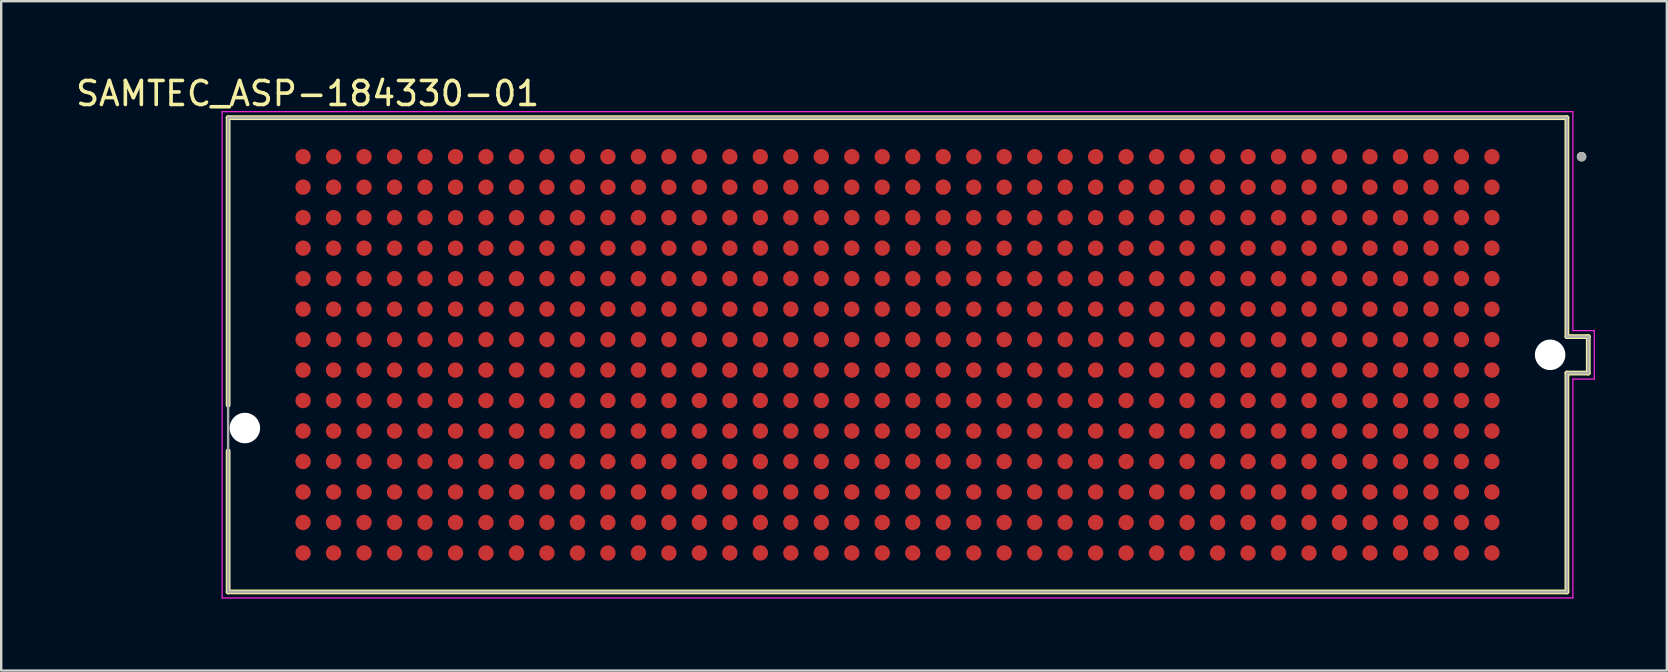
<source format=kicad_pcb>
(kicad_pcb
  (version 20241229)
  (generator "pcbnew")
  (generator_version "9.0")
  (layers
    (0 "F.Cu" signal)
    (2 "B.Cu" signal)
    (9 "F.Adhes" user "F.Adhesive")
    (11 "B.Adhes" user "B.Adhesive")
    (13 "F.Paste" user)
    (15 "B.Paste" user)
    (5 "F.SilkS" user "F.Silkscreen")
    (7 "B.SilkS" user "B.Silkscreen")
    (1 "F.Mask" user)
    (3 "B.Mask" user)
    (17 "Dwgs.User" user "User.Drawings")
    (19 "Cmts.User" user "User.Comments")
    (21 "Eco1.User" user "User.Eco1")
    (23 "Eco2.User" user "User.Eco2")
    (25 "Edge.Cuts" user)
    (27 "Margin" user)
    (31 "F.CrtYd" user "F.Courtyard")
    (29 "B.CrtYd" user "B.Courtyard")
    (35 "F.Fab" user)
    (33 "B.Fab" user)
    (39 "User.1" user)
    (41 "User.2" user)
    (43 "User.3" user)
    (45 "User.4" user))
  (footprint "SAMTEC_ASP-184330-01"
    (layer "F.Cu")
    (at 34.343 11.733)
    (property "Reference" "SAMTEC_ASP-184330-01" (at -24.575 -10.885 0) (layer "F.SilkS") (effects (font (size 1 1) (thickness 0.15))))
    (attr smd)
    (fp_line (start -27.889 -9.88) (end 27.889 -9.88) (stroke (width 0.2) (type solid)) (layer "F.SilkS"))
    (fp_line (start -27.889 2.095) (end -27.889 -9.88) (stroke (width 0.2) (type solid)) (layer "F.SilkS"))
    (fp_line (start -27.889 9.88) (end -27.889 4.005) (stroke (width 0.2) (type solid)) (layer "F.SilkS"))
    (fp_line (start 27.889 -9.88) (end 27.889 -0.76) (stroke (width 0.2) (type solid)) (layer "F.SilkS"))
    (fp_line (start 27.889 -0.76) (end 28.779 -0.76) (stroke (width 0.2) (type solid)) (layer "F.SilkS"))
    (fp_line (start 27.889 0.76) (end 27.889 9.88) (stroke (width 0.2) (type solid)) (layer "F.SilkS"))
    (fp_line (start 27.889 9.88) (end -27.889 9.88) (stroke (width 0.2) (type solid)) (layer "F.SilkS"))
    (fp_line (start 28.779 -0.76) (end 28.779 0.76) (stroke (width 0.2) (type solid)) (layer "F.SilkS"))
    (fp_line (start 28.779 0.76) (end 27.889 0.76) (stroke (width 0.2) (type solid)) (layer "F.SilkS"))
    (fp_circle (center 28.5 -8.255) (end 28.6 -8.255) (stroke (width 0.2) (type solid)) (fill no) (layer "F.SilkS"))
    (fp_circle (center -24.765 -8.255) (end -24.543 -8.255) (stroke (width 0.445) (type solid)) (fill no) (layer "F.Paste"))
    (fp_circle (center -24.765 -6.985) (end -24.543 -6.985) (stroke (width 0.445) (type solid)) (fill no) (layer "F.Paste"))
    (fp_circle (center -24.765 -5.715) (end -24.543 -5.715) (stroke (width 0.445) (type solid)) (fill no) (layer "F.Paste"))
    (fp_circle (center -24.765 -4.445) (end -24.543 -4.445) (stroke (width 0.445) (type solid)) (fill no) (layer "F.Paste"))
    (fp_circle (center -24.765 -3.175) (end -24.543 -3.175) (stroke (width 0.445) (type solid)) (fill no) (layer "F.Paste"))
    (fp_circle (center -24.765 -1.905) (end -24.543 -1.905) (stroke (width 0.445) (type solid)) (fill no) (layer "F.Paste"))
    (fp_circle (center -24.765 -0.635) (end -24.543 -0.635) (stroke (width 0.445) (type solid)) (fill no) (layer "F.Paste"))
    (fp_circle (center -24.765 0.635) (end -24.543 0.635) (stroke (width 0.445) (type solid)) (fill no) (layer "F.Paste"))
    (fp_circle (center -24.765 1.905) (end -24.543 1.905) (stroke (width 0.445) (type solid)) (fill no) (layer "F.Paste"))
    (fp_circle (center -24.765 3.175) (end -24.543 3.175) (stroke (width 0.445) (type solid)) (fill no) (layer "F.Paste"))
    (fp_circle (center -24.765 4.445) (end -24.543 4.445) (stroke (width 0.445) (type solid)) (fill no) (layer "F.Paste"))
    (fp_circle (center -24.765 5.715) (end -24.543 5.715) (stroke (width 0.445) (type solid)) (fill no) (layer "F.Paste"))
    (fp_circle (center -24.765 6.985) (end -24.543 6.985) (stroke (width 0.445) (type solid)) (fill no) (layer "F.Paste"))
    (fp_circle (center -24.765 8.255) (end -24.543 8.255) (stroke (width 0.445) (type solid)) (fill no) (layer "F.Paste"))
    (fp_circle (center -23.495 -8.255) (end -23.273 -8.255) (stroke (width 0.445) (type solid)) (fill no) (layer "F.Paste"))
    (fp_circle (center -23.495 -6.985) (end -23.273 -6.985) (stroke (width 0.445) (type solid)) (fill no) (layer "F.Paste"))
    (fp_circle (center -23.495 -5.715) (end -23.273 -5.715) (stroke (width 0.445) (type solid)) (fill no) (layer "F.Paste"))
    (fp_circle (center -23.495 -4.445) (end -23.273 -4.445) (stroke (width 0.445) (type solid)) (fill no) (layer "F.Paste"))
    (fp_circle (center -23.495 -3.175) (end -23.273 -3.175) (stroke (width 0.445) (type solid)) (fill no) (layer "F.Paste"))
    (fp_circle (center -23.495 -1.905) (end -23.273 -1.905) (stroke (width 0.445) (type solid)) (fill no) (layer "F.Paste"))
    (fp_circle (center -23.495 -0.635) (end -23.273 -0.635) (stroke (width 0.445) (type solid)) (fill no) (layer "F.Paste"))
    (fp_circle (center -23.495 0.635) (end -23.273 0.635) (stroke (width 0.445) (type solid)) (fill no) (layer "F.Paste"))
    (fp_circle (center -23.495 1.905) (end -23.273 1.905) (stroke (width 0.445) (type solid)) (fill no) (layer "F.Paste"))
    (fp_circle (center -23.495 3.175) (end -23.273 3.175) (stroke (width 0.445) (type solid)) (fill no) (layer "F.Paste"))
    (fp_circle (center -23.495 4.445) (end -23.273 4.445) (stroke (width 0.445) (type solid)) (fill no) (layer "F.Paste"))
    (fp_circle (center -23.495 5.715) (end -23.273 5.715) (stroke (width 0.445) (type solid)) (fill no) (layer "F.Paste"))
    (fp_circle (center -23.495 6.985) (end -23.273 6.985) (stroke (width 0.445) (type solid)) (fill no) (layer "F.Paste"))
    (fp_circle (center -23.495 8.255) (end -23.273 8.255) (stroke (width 0.445) (type solid)) (fill no) (layer "F.Paste"))
    (fp_circle (center -22.225 -8.255) (end -22.003 -8.255) (stroke (width 0.445) (type solid)) (fill no) (layer "F.Paste"))
    (fp_circle (center -22.225 -6.985) (end -22.003 -6.985) (stroke (width 0.445) (type solid)) (fill no) (layer "F.Paste"))
    (fp_circle (center -22.225 -5.715) (end -22.003 -5.715) (stroke (width 0.445) (type solid)) (fill no) (layer "F.Paste"))
    (fp_circle (center -22.225 -4.445) (end -22.003 -4.445) (stroke (width 0.445) (type solid)) (fill no) (layer "F.Paste"))
    (fp_circle (center -22.225 -3.175) (end -22.003 -3.175) (stroke (width 0.445) (type solid)) (fill no) (layer "F.Paste"))
    (fp_circle (center -22.225 -1.905) (end -22.003 -1.905) (stroke (width 0.445) (type solid)) (fill no) (layer "F.Paste"))
    (fp_circle (center -22.225 -0.635) (end -22.003 -0.635) (stroke (width 0.445) (type solid)) (fill no) (layer "F.Paste"))
    (fp_circle (center -22.225 0.635) (end -22.003 0.635) (stroke (width 0.445) (type solid)) (fill no) (layer "F.Paste"))
    (fp_circle (center -22.225 1.905) (end -22.003 1.905) (stroke (width 0.445) (type solid)) (fill no) (layer "F.Paste"))
    (fp_circle (center -22.225 3.175) (end -22.003 3.175) (stroke (width 0.445) (type solid)) (fill no) (layer "F.Paste"))
    (fp_circle (center -22.225 4.445) (end -22.003 4.445) (stroke (width 0.445) (type solid)) (fill no) (layer "F.Paste"))
    (fp_circle (center -22.225 5.715) (end -22.003 5.715) (stroke (width 0.445) (type solid)) (fill no) (layer "F.Paste"))
    (fp_circle (center -22.225 6.985) (end -22.003 6.985) (stroke (width 0.445) (type solid)) (fill no) (layer "F.Paste"))
    (fp_circle (center -22.225 8.255) (end -22.003 8.255) (stroke (width 0.445) (type solid)) (fill no) (layer "F.Paste"))
    (fp_circle (center -20.955 -8.255) (end -20.733 -8.255) (stroke (width 0.445) (type solid)) (fill no) (layer "F.Paste"))
    (fp_circle (center -20.955 -6.985) (end -20.733 -6.985) (stroke (width 0.445) (type solid)) (fill no) (layer "F.Paste"))
    (fp_circle (center -20.955 -5.715) (end -20.733 -5.715) (stroke (width 0.445) (type solid)) (fill no) (layer "F.Paste"))
    (fp_circle (center -20.955 -4.445) (end -20.733 -4.445) (stroke (width 0.445) (type solid)) (fill no) (layer "F.Paste"))
    (fp_circle (center -20.955 -3.175) (end -20.733 -3.175) (stroke (width 0.445) (type solid)) (fill no) (layer "F.Paste"))
    (fp_circle (center -20.955 -1.905) (end -20.733 -1.905) (stroke (width 0.445) (type solid)) (fill no) (layer "F.Paste"))
    (fp_circle (center -20.955 -0.635) (end -20.733 -0.635) (stroke (width 0.445) (type solid)) (fill no) (layer "F.Paste"))
    (fp_circle (center -20.955 0.635) (end -20.733 0.635) (stroke (width 0.445) (type solid)) (fill no) (layer "F.Paste"))
    (fp_circle (center -20.955 1.905) (end -20.733 1.905) (stroke (width 0.445) (type solid)) (fill no) (layer "F.Paste"))
    (fp_circle (center -20.955 3.175) (end -20.733 3.175) (stroke (width 0.445) (type solid)) (fill no) (layer "F.Paste"))
    (fp_circle (center -20.955 4.445) (end -20.733 4.445) (stroke (width 0.445) (type solid)) (fill no) (layer "F.Paste"))
    (fp_circle (center -20.955 5.715) (end -20.733 5.715) (stroke (width 0.445) (type solid)) (fill no) (layer "F.Paste"))
    (fp_circle (center -20.955 6.985) (end -20.733 6.985) (stroke (width 0.445) (type solid)) (fill no) (layer "F.Paste"))
    (fp_circle (center -20.955 8.255) (end -20.733 8.255) (stroke (width 0.445) (type solid)) (fill no) (layer "F.Paste"))
    (fp_circle (center -19.685 -8.255) (end -19.463 -8.255) (stroke (width 0.445) (type solid)) (fill no) (layer "F.Paste"))
    (fp_circle (center -19.685 -6.985) (end -19.463 -6.985) (stroke (width 0.445) (type solid)) (fill no) (layer "F.Paste"))
    (fp_circle (center -19.685 -5.715) (end -19.463 -5.715) (stroke (width 0.445) (type solid)) (fill no) (layer "F.Paste"))
    (fp_circle (center -19.685 -4.445) (end -19.463 -4.445) (stroke (width 0.445) (type solid)) (fill no) (layer "F.Paste"))
    (fp_circle (center -19.685 -3.175) (end -19.463 -3.175) (stroke (width 0.445) (type solid)) (fill no) (layer "F.Paste"))
    (fp_circle (center -19.685 -1.905) (end -19.463 -1.905) (stroke (width 0.445) (type solid)) (fill no) (layer "F.Paste"))
    (fp_circle (center -19.685 -0.635) (end -19.463 -0.635) (stroke (width 0.445) (type solid)) (fill no) (layer "F.Paste"))
    (fp_circle (center -19.685 0.635) (end -19.463 0.635) (stroke (width 0.445) (type solid)) (fill no) (layer "F.Paste"))
    (fp_circle (center -19.685 1.905) (end -19.463 1.905) (stroke (width 0.445) (type solid)) (fill no) (layer "F.Paste"))
    (fp_circle (center -19.685 3.175) (end -19.463 3.175) (stroke (width 0.445) (type solid)) (fill no) (layer "F.Paste"))
    (fp_circle (center -19.685 4.445) (end -19.463 4.445) (stroke (width 0.445) (type solid)) (fill no) (layer "F.Paste"))
    (fp_circle (center -19.685 5.715) (end -19.463 5.715) (stroke (width 0.445) (type solid)) (fill no) (layer "F.Paste"))
    (fp_circle (center -19.685 6.985) (end -19.463 6.985) (stroke (width 0.445) (type solid)) (fill no) (layer "F.Paste"))
    (fp_circle (center -19.685 8.255) (end -19.463 8.255) (stroke (width 0.445) (type solid)) (fill no) (layer "F.Paste"))
    (fp_circle (center -18.415 -8.255) (end -18.193 -8.255) (stroke (width 0.445) (type solid)) (fill no) (layer "F.Paste"))
    (fp_circle (center -18.415 -6.985) (end -18.193 -6.985) (stroke (width 0.445) (type solid)) (fill no) (layer "F.Paste"))
    (fp_circle (center -18.415 -5.715) (end -18.193 -5.715) (stroke (width 0.445) (type solid)) (fill no) (layer "F.Paste"))
    (fp_circle (center -18.415 -4.445) (end -18.193 -4.445) (stroke (width 0.445) (type solid)) (fill no) (layer "F.Paste"))
    (fp_circle (center -18.415 -3.175) (end -18.193 -3.175) (stroke (width 0.445) (type solid)) (fill no) (layer "F.Paste"))
    (fp_circle (center -18.415 -1.905) (end -18.193 -1.905) (stroke (width 0.445) (type solid)) (fill no) (layer "F.Paste"))
    (fp_circle (center -18.415 -0.635) (end -18.193 -0.635) (stroke (width 0.445) (type solid)) (fill no) (layer "F.Paste"))
    (fp_circle (center -18.415 0.635) (end -18.193 0.635) (stroke (width 0.445) (type solid)) (fill no) (layer "F.Paste"))
    (fp_circle (center -18.415 1.905) (end -18.193 1.905) (stroke (width 0.445) (type solid)) (fill no) (layer "F.Paste"))
    (fp_circle (center -18.415 3.175) (end -18.193 3.175) (stroke (width 0.445) (type solid)) (fill no) (layer "F.Paste"))
    (fp_circle (center -18.415 4.445) (end -18.193 4.445) (stroke (width 0.445) (type solid)) (fill no) (layer "F.Paste"))
    (fp_circle (center -18.415 5.715) (end -18.193 5.715) (stroke (width 0.445) (type solid)) (fill no) (layer "F.Paste"))
    (fp_circle (center -18.415 6.985) (end -18.193 6.985) (stroke (width 0.445) (type solid)) (fill no) (layer "F.Paste"))
    (fp_circle (center -18.415 8.255) (end -18.193 8.255) (stroke (width 0.445) (type solid)) (fill no) (layer "F.Paste"))
    (fp_circle (center -17.145 -8.255) (end -16.923 -8.255) (stroke (width 0.445) (type solid)) (fill no) (layer "F.Paste"))
    (fp_circle (center -17.145 -6.985) (end -16.923 -6.985) (stroke (width 0.445) (type solid)) (fill no) (layer "F.Paste"))
    (fp_circle (center -17.145 -5.715) (end -16.923 -5.715) (stroke (width 0.445) (type solid)) (fill no) (layer "F.Paste"))
    (fp_circle (center -17.145 -4.445) (end -16.923 -4.445) (stroke (width 0.445) (type solid)) (fill no) (layer "F.Paste"))
    (fp_circle (center -17.145 -3.175) (end -16.923 -3.175) (stroke (width 0.445) (type solid)) (fill no) (layer "F.Paste"))
    (fp_circle (center -17.145 -1.905) (end -16.923 -1.905) (stroke (width 0.445) (type solid)) (fill no) (layer "F.Paste"))
    (fp_circle (center -17.145 -0.635) (end -16.923 -0.635) (stroke (width 0.445) (type solid)) (fill no) (layer "F.Paste"))
    (fp_circle (center -17.145 0.635) (end -16.923 0.635) (stroke (width 0.445) (type solid)) (fill no) (layer "F.Paste"))
    (fp_circle (center -17.145 1.905) (end -16.923 1.905) (stroke (width 0.445) (type solid)) (fill no) (layer "F.Paste"))
    (fp_circle (center -17.145 3.175) (end -16.923 3.175) (stroke (width 0.445) (type solid)) (fill no) (layer "F.Paste"))
    (fp_circle (center -17.145 4.445) (end -16.923 4.445) (stroke (width 0.445) (type solid)) (fill no) (layer "F.Paste"))
    (fp_circle (center -17.145 5.715) (end -16.923 5.715) (stroke (width 0.445) (type solid)) (fill no) (layer "F.Paste"))
    (fp_circle (center -17.145 6.985) (end -16.923 6.985) (stroke (width 0.445) (type solid)) (fill no) (layer "F.Paste"))
    (fp_circle (center -17.145 8.255) (end -16.923 8.255) (stroke (width 0.445) (type solid)) (fill no) (layer "F.Paste"))
    (fp_circle (center -15.875 -8.255) (end -15.653 -8.255) (stroke (width 0.445) (type solid)) (fill no) (layer "F.Paste"))
    (fp_circle (center -15.875 -6.985) (end -15.653 -6.985) (stroke (width 0.445) (type solid)) (fill no) (layer "F.Paste"))
    (fp_circle (center -15.875 -5.715) (end -15.653 -5.715) (stroke (width 0.445) (type solid)) (fill no) (layer "F.Paste"))
    (fp_circle (center -15.875 -4.445) (end -15.653 -4.445) (stroke (width 0.445) (type solid)) (fill no) (layer "F.Paste"))
    (fp_circle (center -15.875 -3.175) (end -15.653 -3.175) (stroke (width 0.445) (type solid)) (fill no) (layer "F.Paste"))
    (fp_circle (center -15.875 -1.905) (end -15.653 -1.905) (stroke (width 0.445) (type solid)) (fill no) (layer "F.Paste"))
    (fp_circle (center -15.875 -0.635) (end -15.653 -0.635) (stroke (width 0.445) (type solid)) (fill no) (layer "F.Paste"))
    (fp_circle (center -15.875 0.635) (end -15.653 0.635) (stroke (width 0.445) (type solid)) (fill no) (layer "F.Paste"))
    (fp_circle (center -15.875 1.905) (end -15.653 1.905) (stroke (width 0.445) (type solid)) (fill no) (layer "F.Paste"))
    (fp_circle (center -15.875 3.175) (end -15.653 3.175) (stroke (width 0.445) (type solid)) (fill no) (layer "F.Paste"))
    (fp_circle (center -15.875 4.445) (end -15.653 4.445) (stroke (width 0.445) (type solid)) (fill no) (layer "F.Paste"))
    (fp_circle (center -15.875 5.715) (end -15.653 5.715) (stroke (width 0.445) (type solid)) (fill no) (layer "F.Paste"))
    (fp_circle (center -15.875 6.985) (end -15.653 6.985) (stroke (width 0.445) (type solid)) (fill no) (layer "F.Paste"))
    (fp_circle (center -15.875 8.255) (end -15.653 8.255) (stroke (width 0.445) (type solid)) (fill no) (layer "F.Paste"))
    (fp_circle (center -14.605 -8.255) (end -14.383 -8.255) (stroke (width 0.445) (type solid)) (fill no) (layer "F.Paste"))
    (fp_circle (center -14.605 -6.985) (end -14.383 -6.985) (stroke (width 0.445) (type solid)) (fill no) (layer "F.Paste"))
    (fp_circle (center -14.605 -5.715) (end -14.383 -5.715) (stroke (width 0.445) (type solid)) (fill no) (layer "F.Paste"))
    (fp_circle (center -14.605 -4.445) (end -14.383 -4.445) (stroke (width 0.445) (type solid)) (fill no) (layer "F.Paste"))
    (fp_circle (center -14.605 -3.175) (end -14.383 -3.175) (stroke (width 0.445) (type solid)) (fill no) (layer "F.Paste"))
    (fp_circle (center -14.605 -1.905) (end -14.383 -1.905) (stroke (width 0.445) (type solid)) (fill no) (layer "F.Paste"))
    (fp_circle (center -14.605 -0.635) (end -14.383 -0.635) (stroke (width 0.445) (type solid)) (fill no) (layer "F.Paste"))
    (fp_circle (center -14.605 0.635) (end -14.383 0.635) (stroke (width 0.445) (type solid)) (fill no) (layer "F.Paste"))
    (fp_circle (center -14.605 1.905) (end -14.383 1.905) (stroke (width 0.445) (type solid)) (fill no) (layer "F.Paste"))
    (fp_circle (center -14.605 3.175) (end -14.383 3.175) (stroke (width 0.445) (type solid)) (fill no) (layer "F.Paste"))
    (fp_circle (center -14.605 4.445) (end -14.383 4.445) (stroke (width 0.445) (type solid)) (fill no) (layer "F.Paste"))
    (fp_circle (center -14.605 5.715) (end -14.383 5.715) (stroke (width 0.445) (type solid)) (fill no) (layer "F.Paste"))
    (fp_circle (center -14.605 6.985) (end -14.383 6.985) (stroke (width 0.445) (type solid)) (fill no) (layer "F.Paste"))
    (fp_circle (center -14.605 8.255) (end -14.383 8.255) (stroke (width 0.445) (type solid)) (fill no) (layer "F.Paste"))
    (fp_circle (center -13.335 -8.255) (end -13.113 -8.255) (stroke (width 0.445) (type solid)) (fill no) (layer "F.Paste"))
    (fp_circle (center -13.335 -6.985) (end -13.113 -6.985) (stroke (width 0.445) (type solid)) (fill no) (layer "F.Paste"))
    (fp_circle (center -13.335 -5.715) (end -13.113 -5.715) (stroke (width 0.445) (type solid)) (fill no) (layer "F.Paste"))
    (fp_circle (center -13.335 -4.445) (end -13.113 -4.445) (stroke (width 0.445) (type solid)) (fill no) (layer "F.Paste"))
    (fp_circle (center -13.335 -3.175) (end -13.113 -3.175) (stroke (width 0.445) (type solid)) (fill no) (layer "F.Paste"))
    (fp_circle (center -13.335 -1.905) (end -13.113 -1.905) (stroke (width 0.445) (type solid)) (fill no) (layer "F.Paste"))
    (fp_circle (center -13.335 -0.635) (end -13.113 -0.635) (stroke (width 0.445) (type solid)) (fill no) (layer "F.Paste"))
    (fp_circle (center -13.335 0.635) (end -13.113 0.635) (stroke (width 0.445) (type solid)) (fill no) (layer "F.Paste"))
    (fp_circle (center -13.335 1.905) (end -13.113 1.905) (stroke (width 0.445) (type solid)) (fill no) (layer "F.Paste"))
    (fp_circle (center -13.335 3.175) (end -13.113 3.175) (stroke (width 0.445) (type solid)) (fill no) (layer "F.Paste"))
    (fp_circle (center -13.335 4.445) (end -13.113 4.445) (stroke (width 0.445) (type solid)) (fill no) (layer "F.Paste"))
    (fp_circle (center -13.335 5.715) (end -13.113 5.715) (stroke (width 0.445) (type solid)) (fill no) (layer "F.Paste"))
    (fp_circle (center -13.335 6.985) (end -13.113 6.985) (stroke (width 0.445) (type solid)) (fill no) (layer "F.Paste"))
    (fp_circle (center -13.335 8.255) (end -13.113 8.255) (stroke (width 0.445) (type solid)) (fill no) (layer "F.Paste"))
    (fp_circle (center -12.065 -8.255) (end -11.843 -8.255) (stroke (width 0.445) (type solid)) (fill no) (layer "F.Paste"))
    (fp_circle (center -12.065 -6.985) (end -11.843 -6.985) (stroke (width 0.445) (type solid)) (fill no) (layer "F.Paste"))
    (fp_circle (center -12.065 -5.715) (end -11.843 -5.715) (stroke (width 0.445) (type solid)) (fill no) (layer "F.Paste"))
    (fp_circle (center -12.065 -4.445) (end -11.843 -4.445) (stroke (width 0.445) (type solid)) (fill no) (layer "F.Paste"))
    (fp_circle (center -12.065 -3.175) (end -11.843 -3.175) (stroke (width 0.445) (type solid)) (fill no) (layer "F.Paste"))
    (fp_circle (center -12.065 -1.905) (end -11.843 -1.905) (stroke (width 0.445) (type solid)) (fill no) (layer "F.Paste"))
    (fp_circle (center -12.065 -0.635) (end -11.843 -0.635) (stroke (width 0.445) (type solid)) (fill no) (layer "F.Paste"))
    (fp_circle (center -12.065 0.635) (end -11.843 0.635) (stroke (width 0.445) (type solid)) (fill no) (layer "F.Paste"))
    (fp_circle (center -12.065 1.905) (end -11.843 1.905) (stroke (width 0.445) (type solid)) (fill no) (layer "F.Paste"))
    (fp_circle (center -12.065 3.175) (end -11.843 3.175) (stroke (width 0.445) (type solid)) (fill no) (layer "F.Paste"))
    (fp_circle (center -12.065 4.445) (end -11.843 4.445) (stroke (width 0.445) (type solid)) (fill no) (layer "F.Paste"))
    (fp_circle (center -12.065 5.715) (end -11.843 5.715) (stroke (width 0.445) (type solid)) (fill no) (layer "F.Paste"))
    (fp_circle (center -12.065 6.985) (end -11.843 6.985) (stroke (width 0.445) (type solid)) (fill no) (layer "F.Paste"))
    (fp_circle (center -12.065 8.255) (end -11.843 8.255) (stroke (width 0.445) (type solid)) (fill no) (layer "F.Paste"))
    (fp_circle (center -10.795 -8.255) (end -10.573 -8.255) (stroke (width 0.445) (type solid)) (fill no) (layer "F.Paste"))
    (fp_circle (center -10.795 -6.985) (end -10.573 -6.985) (stroke (width 0.445) (type solid)) (fill no) (layer "F.Paste"))
    (fp_circle (center -10.795 -5.715) (end -10.573 -5.715) (stroke (width 0.445) (type solid)) (fill no) (layer "F.Paste"))
    (fp_circle (center -10.795 -4.445) (end -10.573 -4.445) (stroke (width 0.445) (type solid)) (fill no) (layer "F.Paste"))
    (fp_circle (center -10.795 -3.175) (end -10.573 -3.175) (stroke (width 0.445) (type solid)) (fill no) (layer "F.Paste"))
    (fp_circle (center -10.795 -1.905) (end -10.573 -1.905) (stroke (width 0.445) (type solid)) (fill no) (layer "F.Paste"))
    (fp_circle (center -10.795 -0.635) (end -10.573 -0.635) (stroke (width 0.445) (type solid)) (fill no) (layer "F.Paste"))
    (fp_circle (center -10.795 0.635) (end -10.573 0.635) (stroke (width 0.445) (type solid)) (fill no) (layer "F.Paste"))
    (fp_circle (center -10.795 1.905) (end -10.573 1.905) (stroke (width 0.445) (type solid)) (fill no) (layer "F.Paste"))
    (fp_circle (center -10.795 3.175) (end -10.573 3.175) (stroke (width 0.445) (type solid)) (fill no) (layer "F.Paste"))
    (fp_circle (center -10.795 4.445) (end -10.573 4.445) (stroke (width 0.445) (type solid)) (fill no) (layer "F.Paste"))
    (fp_circle (center -10.795 5.715) (end -10.573 5.715) (stroke (width 0.445) (type solid)) (fill no) (layer "F.Paste"))
    (fp_circle (center -10.795 6.985) (end -10.573 6.985) (stroke (width 0.445) (type solid)) (fill no) (layer "F.Paste"))
    (fp_circle (center -10.795 8.255) (end -10.573 8.255) (stroke (width 0.445) (type solid)) (fill no) (layer "F.Paste"))
    (fp_circle (center -9.525 -8.255) (end -9.303 -8.255) (stroke (width 0.445) (type solid)) (fill no) (layer "F.Paste"))
    (fp_circle (center -9.525 -6.985) (end -9.303 -6.985) (stroke (width 0.445) (type solid)) (fill no) (layer "F.Paste"))
    (fp_circle (center -9.525 -5.715) (end -9.303 -5.715) (stroke (width 0.445) (type solid)) (fill no) (layer "F.Paste"))
    (fp_circle (center -9.525 -4.445) (end -9.303 -4.445) (stroke (width 0.445) (type solid)) (fill no) (layer "F.Paste"))
    (fp_circle (center -9.525 -3.175) (end -9.303 -3.175) (stroke (width 0.445) (type solid)) (fill no) (layer "F.Paste"))
    (fp_circle (center -9.525 -1.905) (end -9.303 -1.905) (stroke (width 0.445) (type solid)) (fill no) (layer "F.Paste"))
    (fp_circle (center -9.525 -0.635) (end -9.303 -0.635) (stroke (width 0.445) (type solid)) (fill no) (layer "F.Paste"))
    (fp_circle (center -9.525 0.635) (end -9.303 0.635) (stroke (width 0.445) (type solid)) (fill no) (layer "F.Paste"))
    (fp_circle (center -9.525 1.905) (end -9.303 1.905) (stroke (width 0.445) (type solid)) (fill no) (layer "F.Paste"))
    (fp_circle (center -9.525 3.175) (end -9.303 3.175) (stroke (width 0.445) (type solid)) (fill no) (layer "F.Paste"))
    (fp_circle (center -9.525 4.445) (end -9.303 4.445) (stroke (width 0.445) (type solid)) (fill no) (layer "F.Paste"))
    (fp_circle (center -9.525 5.715) (end -9.303 5.715) (stroke (width 0.445) (type solid)) (fill no) (layer "F.Paste"))
    (fp_circle (center -9.525 6.985) (end -9.303 6.985) (stroke (width 0.445) (type solid)) (fill no) (layer "F.Paste"))
    (fp_circle (center -9.525 8.255) (end -9.303 8.255) (stroke (width 0.445) (type solid)) (fill no) (layer "F.Paste"))
    (fp_circle (center -8.255 -8.255) (end -8.033 -8.255) (stroke (width 0.445) (type solid)) (fill no) (layer "F.Paste"))
    (fp_circle (center -8.255 -6.985) (end -8.033 -6.985) (stroke (width 0.445) (type solid)) (fill no) (layer "F.Paste"))
    (fp_circle (center -8.255 -5.715) (end -8.033 -5.715) (stroke (width 0.445) (type solid)) (fill no) (layer "F.Paste"))
    (fp_circle (center -8.255 -4.445) (end -8.033 -4.445) (stroke (width 0.445) (type solid)) (fill no) (layer "F.Paste"))
    (fp_circle (center -8.255 -3.175) (end -8.033 -3.175) (stroke (width 0.445) (type solid)) (fill no) (layer "F.Paste"))
    (fp_circle (center -8.255 -1.905) (end -8.033 -1.905) (stroke (width 0.445) (type solid)) (fill no) (layer "F.Paste"))
    (fp_circle (center -8.255 -0.635) (end -8.033 -0.635) (stroke (width 0.445) (type solid)) (fill no) (layer "F.Paste"))
    (fp_circle (center -8.255 0.635) (end -8.033 0.635) (stroke (width 0.445) (type solid)) (fill no) (layer "F.Paste"))
    (fp_circle (center -8.255 1.905) (end -8.033 1.905) (stroke (width 0.445) (type solid)) (fill no) (layer "F.Paste"))
    (fp_circle (center -8.255 3.175) (end -8.033 3.175) (stroke (width 0.445) (type solid)) (fill no) (layer "F.Paste"))
    (fp_circle (center -8.255 4.445) (end -8.033 4.445) (stroke (width 0.445) (type solid)) (fill no) (layer "F.Paste"))
    (fp_circle (center -8.255 5.715) (end -8.033 5.715) (stroke (width 0.445) (type solid)) (fill no) (layer "F.Paste"))
    (fp_circle (center -8.255 6.985) (end -8.033 6.985) (stroke (width 0.445) (type solid)) (fill no) (layer "F.Paste"))
    (fp_circle (center -8.255 8.255) (end -8.033 8.255) (stroke (width 0.445) (type solid)) (fill no) (layer "F.Paste"))
    (fp_circle (center -6.985 -8.255) (end -6.763 -8.255) (stroke (width 0.445) (type solid)) (fill no) (layer "F.Paste"))
    (fp_circle (center -6.985 -6.985) (end -6.763 -6.985) (stroke (width 0.445) (type solid)) (fill no) (layer "F.Paste"))
    (fp_circle (center -6.985 -5.715) (end -6.763 -5.715) (stroke (width 0.445) (type solid)) (fill no) (layer "F.Paste"))
    (fp_circle (center -6.985 -4.445) (end -6.763 -4.445) (stroke (width 0.445) (type solid)) (fill no) (layer "F.Paste"))
    (fp_circle (center -6.985 -3.175) (end -6.763 -3.175) (stroke (width 0.445) (type solid)) (fill no) (layer "F.Paste"))
    (fp_circle (center -6.985 -1.905) (end -6.763 -1.905) (stroke (width 0.445) (type solid)) (fill no) (layer "F.Paste"))
    (fp_circle (center -6.985 -0.635) (end -6.763 -0.635) (stroke (width 0.445) (type solid)) (fill no) (layer "F.Paste"))
    (fp_circle (center -6.985 0.635) (end -6.763 0.635) (stroke (width 0.445) (type solid)) (fill no) (layer "F.Paste"))
    (fp_circle (center -6.985 1.905) (end -6.763 1.905) (stroke (width 0.445) (type solid)) (fill no) (layer "F.Paste"))
    (fp_circle (center -6.985 3.175) (end -6.763 3.175) (stroke (width 0.445) (type solid)) (fill no) (layer "F.Paste"))
    (fp_circle (center -6.985 4.445) (end -6.763 4.445) (stroke (width 0.445) (type solid)) (fill no) (layer "F.Paste"))
    (fp_circle (center -6.985 5.715) (end -6.763 5.715) (stroke (width 0.445) (type solid)) (fill no) (layer "F.Paste"))
    (fp_circle (center -6.985 6.985) (end -6.763 6.985) (stroke (width 0.445) (type solid)) (fill no) (layer "F.Paste"))
    (fp_circle (center -6.985 8.255) (end -6.763 8.255) (stroke (width 0.445) (type solid)) (fill no) (layer "F.Paste"))
    (fp_circle (center -5.715 -8.255) (end -5.493 -8.255) (stroke (width 0.445) (type solid)) (fill no) (layer "F.Paste"))
    (fp_circle (center -5.715 -6.985) (end -5.493 -6.985) (stroke (width 0.445) (type solid)) (fill no) (layer "F.Paste"))
    (fp_circle (center -5.715 -5.715) (end -5.493 -5.715) (stroke (width 0.445) (type solid)) (fill no) (layer "F.Paste"))
    (fp_circle (center -5.715 -4.445) (end -5.493 -4.445) (stroke (width 0.445) (type solid)) (fill no) (layer "F.Paste"))
    (fp_circle (center -5.715 -3.175) (end -5.493 -3.175) (stroke (width 0.445) (type solid)) (fill no) (layer "F.Paste"))
    (fp_circle (center -5.715 -1.905) (end -5.493 -1.905) (stroke (width 0.445) (type solid)) (fill no) (layer "F.Paste"))
    (fp_circle (center -5.715 -0.635) (end -5.493 -0.635) (stroke (width 0.445) (type solid)) (fill no) (layer "F.Paste"))
    (fp_circle (center -5.715 0.635) (end -5.493 0.635) (stroke (width 0.445) (type solid)) (fill no) (layer "F.Paste"))
    (fp_circle (center -5.715 1.905) (end -5.493 1.905) (stroke (width 0.445) (type solid)) (fill no) (layer "F.Paste"))
    (fp_circle (center -5.715 3.175) (end -5.493 3.175) (stroke (width 0.445) (type solid)) (fill no) (layer "F.Paste"))
    (fp_circle (center -5.715 4.445) (end -5.493 4.445) (stroke (width 0.445) (type solid)) (fill no) (layer "F.Paste"))
    (fp_circle (center -5.715 5.715) (end -5.493 5.715) (stroke (width 0.445) (type solid)) (fill no) (layer "F.Paste"))
    (fp_circle (center -5.715 6.985) (end -5.493 6.985) (stroke (width 0.445) (type solid)) (fill no) (layer "F.Paste"))
    (fp_circle (center -5.715 8.255) (end -5.493 8.255) (stroke (width 0.445) (type solid)) (fill no) (layer "F.Paste"))
    (fp_circle (center -4.445 -8.255) (end -4.223 -8.255) (stroke (width 0.445) (type solid)) (fill no) (layer "F.Paste"))
    (fp_circle (center -4.445 -6.985) (end -4.223 -6.985) (stroke (width 0.445) (type solid)) (fill no) (layer "F.Paste"))
    (fp_circle (center -4.445 -5.715) (end -4.223 -5.715) (stroke (width 0.445) (type solid)) (fill no) (layer "F.Paste"))
    (fp_circle (center -4.445 -4.445) (end -4.223 -4.445) (stroke (width 0.445) (type solid)) (fill no) (layer "F.Paste"))
    (fp_circle (center -4.445 -3.175) (end -4.223 -3.175) (stroke (width 0.445) (type solid)) (fill no) (layer "F.Paste"))
    (fp_circle (center -4.445 -1.905) (end -4.223 -1.905) (stroke (width 0.445) (type solid)) (fill no) (layer "F.Paste"))
    (fp_circle (center -4.445 -0.635) (end -4.223 -0.635) (stroke (width 0.445) (type solid)) (fill no) (layer "F.Paste"))
    (fp_circle (center -4.445 0.635) (end -4.223 0.635) (stroke (width 0.445) (type solid)) (fill no) (layer "F.Paste"))
    (fp_circle (center -4.445 1.905) (end -4.223 1.905) (stroke (width 0.445) (type solid)) (fill no) (layer "F.Paste"))
    (fp_circle (center -4.445 3.175) (end -4.223 3.175) (stroke (width 0.445) (type solid)) (fill no) (layer "F.Paste"))
    (fp_circle (center -4.445 4.445) (end -4.223 4.445) (stroke (width 0.445) (type solid)) (fill no) (layer "F.Paste"))
    (fp_circle (center -4.445 5.715) (end -4.223 5.715) (stroke (width 0.445) (type solid)) (fill no) (layer "F.Paste"))
    (fp_circle (center -4.445 6.985) (end -4.223 6.985) (stroke (width 0.445) (type solid)) (fill no) (layer "F.Paste"))
    (fp_circle (center -4.445 8.255) (end -4.223 8.255) (stroke (width 0.445) (type solid)) (fill no) (layer "F.Paste"))
    (fp_circle (center -3.175 -8.255) (end -2.953 -8.255) (stroke (width 0.445) (type solid)) (fill no) (layer "F.Paste"))
    (fp_circle (center -3.175 -6.985) (end -2.953 -6.985) (stroke (width 0.445) (type solid)) (fill no) (layer "F.Paste"))
    (fp_circle (center -3.175 -5.715) (end -2.953 -5.715) (stroke (width 0.445) (type solid)) (fill no) (layer "F.Paste"))
    (fp_circle (center -3.175 -4.445) (end -2.953 -4.445) (stroke (width 0.445) (type solid)) (fill no) (layer "F.Paste"))
    (fp_circle (center -3.175 -3.175) (end -2.953 -3.175) (stroke (width 0.445) (type solid)) (fill no) (layer "F.Paste"))
    (fp_circle (center -3.175 -1.905) (end -2.953 -1.905) (stroke (width 0.445) (type solid)) (fill no) (layer "F.Paste"))
    (fp_circle (center -3.175 -0.635) (end -2.953 -0.635) (stroke (width 0.445) (type solid)) (fill no) (layer "F.Paste"))
    (fp_circle (center -3.175 0.635) (end -2.953 0.635) (stroke (width 0.445) (type solid)) (fill no) (layer "F.Paste"))
    (fp_circle (center -3.175 1.905) (end -2.953 1.905) (stroke (width 0.445) (type solid)) (fill no) (layer "F.Paste"))
    (fp_circle (center -3.175 3.175) (end -2.953 3.175) (stroke (width 0.445) (type solid)) (fill no) (layer "F.Paste"))
    (fp_circle (center -3.175 4.445) (end -2.953 4.445) (stroke (width 0.445) (type solid)) (fill no) (layer "F.Paste"))
    (fp_circle (center -3.175 5.715) (end -2.953 5.715) (stroke (width 0.445) (type solid)) (fill no) (layer "F.Paste"))
    (fp_circle (center -3.175 6.985) (end -2.953 6.985) (stroke (width 0.445) (type solid)) (fill no) (layer "F.Paste"))
    (fp_circle (center -3.175 8.255) (end -2.953 8.255) (stroke (width 0.445) (type solid)) (fill no) (layer "F.Paste"))
    (fp_circle (center -1.905 -8.255) (end -1.683 -8.255) (stroke (width 0.445) (type solid)) (fill no) (layer "F.Paste"))
    (fp_circle (center -1.905 -6.985) (end -1.683 -6.985) (stroke (width 0.445) (type solid)) (fill no) (layer "F.Paste"))
    (fp_circle (center -1.905 -5.715) (end -1.683 -5.715) (stroke (width 0.445) (type solid)) (fill no) (layer "F.Paste"))
    (fp_circle (center -1.905 -4.445) (end -1.683 -4.445) (stroke (width 0.445) (type solid)) (fill no) (layer "F.Paste"))
    (fp_circle (center -1.905 -3.175) (end -1.683 -3.175) (stroke (width 0.445) (type solid)) (fill no) (layer "F.Paste"))
    (fp_circle (center -1.905 -1.905) (end -1.683 -1.905) (stroke (width 0.445) (type solid)) (fill no) (layer "F.Paste"))
    (fp_circle (center -1.905 -0.635) (end -1.683 -0.635) (stroke (width 0.445) (type solid)) (fill no) (layer "F.Paste"))
    (fp_circle (center -1.905 0.635) (end -1.683 0.635) (stroke (width 0.445) (type solid)) (fill no) (layer "F.Paste"))
    (fp_circle (center -1.905 1.905) (end -1.683 1.905) (stroke (width 0.445) (type solid)) (fill no) (layer "F.Paste"))
    (fp_circle (center -1.905 3.175) (end -1.683 3.175) (stroke (width 0.445) (type solid)) (fill no) (layer "F.Paste"))
    (fp_circle (center -1.905 4.445) (end -1.683 4.445) (stroke (width 0.445) (type solid)) (fill no) (layer "F.Paste"))
    (fp_circle (center -1.905 5.715) (end -1.683 5.715) (stroke (width 0.445) (type solid)) (fill no) (layer "F.Paste"))
    (fp_circle (center -1.905 6.985) (end -1.683 6.985) (stroke (width 0.445) (type solid)) (fill no) (layer "F.Paste"))
    (fp_circle (center -1.905 8.255) (end -1.683 8.255) (stroke (width 0.445) (type solid)) (fill no) (layer "F.Paste"))
    (fp_circle (center -0.635 -8.255) (end -0.413 -8.255) (stroke (width 0.445) (type solid)) (fill no) (layer "F.Paste"))
    (fp_circle (center -0.635 -6.985) (end -0.413 -6.985) (stroke (width 0.445) (type solid)) (fill no) (layer "F.Paste"))
    (fp_circle (center -0.635 -5.715) (end -0.413 -5.715) (stroke (width 0.445) (type solid)) (fill no) (layer "F.Paste"))
    (fp_circle (center -0.635 -4.445) (end -0.413 -4.445) (stroke (width 0.445) (type solid)) (fill no) (layer "F.Paste"))
    (fp_circle (center -0.635 -3.175) (end -0.413 -3.175) (stroke (width 0.445) (type solid)) (fill no) (layer "F.Paste"))
    (fp_circle (center -0.635 -1.905) (end -0.413 -1.905) (stroke (width 0.445) (type solid)) (fill no) (layer "F.Paste"))
    (fp_circle (center -0.635 -0.635) (end -0.413 -0.635) (stroke (width 0.445) (type solid)) (fill no) (layer "F.Paste"))
    (fp_circle (center -0.635 0.635) (end -0.413 0.635) (stroke (width 0.445) (type solid)) (fill no) (layer "F.Paste"))
    (fp_circle (center -0.635 1.905) (end -0.413 1.905) (stroke (width 0.445) (type solid)) (fill no) (layer "F.Paste"))
    (fp_circle (center -0.635 3.175) (end -0.413 3.175) (stroke (width 0.445) (type solid)) (fill no) (layer "F.Paste"))
    (fp_circle (center -0.635 4.445) (end -0.413 4.445) (stroke (width 0.445) (type solid)) (fill no) (layer "F.Paste"))
    (fp_circle (center -0.635 5.715) (end -0.413 5.715) (stroke (width 0.445) (type solid)) (fill no) (layer "F.Paste"))
    (fp_circle (center -0.635 6.985) (end -0.413 6.985) (stroke (width 0.445) (type solid)) (fill no) (layer "F.Paste"))
    (fp_circle (center -0.635 8.255) (end -0.413 8.255) (stroke (width 0.445) (type solid)) (fill no) (layer "F.Paste"))
    (fp_circle (center 0.635 -8.255) (end 0.857 -8.255) (stroke (width 0.445) (type solid)) (fill no) (layer "F.Paste"))
    (fp_circle (center 0.635 -6.985) (end 0.857 -6.985) (stroke (width 0.445) (type solid)) (fill no) (layer "F.Paste"))
    (fp_circle (center 0.635 -5.715) (end 0.857 -5.715) (stroke (width 0.445) (type solid)) (fill no) (layer "F.Paste"))
    (fp_circle (center 0.635 -4.445) (end 0.857 -4.445) (stroke (width 0.445) (type solid)) (fill no) (layer "F.Paste"))
    (fp_circle (center 0.635 -3.175) (end 0.857 -3.175) (stroke (width 0.445) (type solid)) (fill no) (layer "F.Paste"))
    (fp_circle (center 0.635 -1.905) (end 0.857 -1.905) (stroke (width 0.445) (type solid)) (fill no) (layer "F.Paste"))
    (fp_circle (center 0.635 -0.635) (end 0.857 -0.635) (stroke (width 0.445) (type solid)) (fill no) (layer "F.Paste"))
    (fp_circle (center 0.635 0.635) (end 0.857 0.635) (stroke (width 0.445) (type solid)) (fill no) (layer "F.Paste"))
    (fp_circle (center 0.635 1.905) (end 0.857 1.905) (stroke (width 0.445) (type solid)) (fill no) (layer "F.Paste"))
    (fp_circle (center 0.635 3.175) (end 0.857 3.175) (stroke (width 0.445) (type solid)) (fill no) (layer "F.Paste"))
    (fp_circle (center 0.635 4.445) (end 0.857 4.445) (stroke (width 0.445) (type solid)) (fill no) (layer "F.Paste"))
    (fp_circle (center 0.635 5.715) (end 0.857 5.715) (stroke (width 0.445) (type solid)) (fill no) (layer "F.Paste"))
    (fp_circle (center 0.635 6.985) (end 0.857 6.985) (stroke (width 0.445) (type solid)) (fill no) (layer "F.Paste"))
    (fp_circle (center 0.635 8.255) (end 0.857 8.255) (stroke (width 0.445) (type solid)) (fill no) (layer "F.Paste"))
    (fp_circle (center 1.905 -8.255) (end 2.127 -8.255) (stroke (width 0.445) (type solid)) (fill no) (layer "F.Paste"))
    (fp_circle (center 1.905 -6.985) (end 2.127 -6.985) (stroke (width 0.445) (type solid)) (fill no) (layer "F.Paste"))
    (fp_circle (center 1.905 -5.715) (end 2.127 -5.715) (stroke (width 0.445) (type solid)) (fill no) (layer "F.Paste"))
    (fp_circle (center 1.905 -4.445) (end 2.127 -4.445) (stroke (width 0.445) (type solid)) (fill no) (layer "F.Paste"))
    (fp_circle (center 1.905 -3.175) (end 2.127 -3.175) (stroke (width 0.445) (type solid)) (fill no) (layer "F.Paste"))
    (fp_circle (center 1.905 -1.905) (end 2.127 -1.905) (stroke (width 0.445) (type solid)) (fill no) (layer "F.Paste"))
    (fp_circle (center 1.905 -0.635) (end 2.127 -0.635) (stroke (width 0.445) (type solid)) (fill no) (layer "F.Paste"))
    (fp_circle (center 1.905 0.635) (end 2.127 0.635) (stroke (width 0.445) (type solid)) (fill no) (layer "F.Paste"))
    (fp_circle (center 1.905 1.905) (end 2.127 1.905) (stroke (width 0.445) (type solid)) (fill no) (layer "F.Paste"))
    (fp_circle (center 1.905 3.175) (end 2.127 3.175) (stroke (width 0.445) (type solid)) (fill no) (layer "F.Paste"))
    (fp_circle (center 1.905 4.445) (end 2.127 4.445) (stroke (width 0.445) (type solid)) (fill no) (layer "F.Paste"))
    (fp_circle (center 1.905 5.715) (end 2.127 5.715) (stroke (width 0.445) (type solid)) (fill no) (layer "F.Paste"))
    (fp_circle (center 1.905 6.985) (end 2.127 6.985) (stroke (width 0.445) (type solid)) (fill no) (layer "F.Paste"))
    (fp_circle (center 1.905 8.255) (end 2.127 8.255) (stroke (width 0.445) (type solid)) (fill no) (layer "F.Paste"))
    (fp_circle (center 3.175 -8.255) (end 3.397 -8.255) (stroke (width 0.445) (type solid)) (fill no) (layer "F.Paste"))
    (fp_circle (center 3.175 -6.985) (end 3.397 -6.985) (stroke (width 0.445) (type solid)) (fill no) (layer "F.Paste"))
    (fp_circle (center 3.175 -5.715) (end 3.397 -5.715) (stroke (width 0.445) (type solid)) (fill no) (layer "F.Paste"))
    (fp_circle (center 3.175 -4.445) (end 3.397 -4.445) (stroke (width 0.445) (type solid)) (fill no) (layer "F.Paste"))
    (fp_circle (center 3.175 -3.175) (end 3.397 -3.175) (stroke (width 0.445) (type solid)) (fill no) (layer "F.Paste"))
    (fp_circle (center 3.175 -1.905) (end 3.397 -1.905) (stroke (width 0.445) (type solid)) (fill no) (layer "F.Paste"))
    (fp_circle (center 3.175 -0.635) (end 3.397 -0.635) (stroke (width 0.445) (type solid)) (fill no) (layer "F.Paste"))
    (fp_circle (center 3.175 0.635) (end 3.397 0.635) (stroke (width 0.445) (type solid)) (fill no) (layer "F.Paste"))
    (fp_circle (center 3.175 1.905) (end 3.397 1.905) (stroke (width 0.445) (type solid)) (fill no) (layer "F.Paste"))
    (fp_circle (center 3.175 3.175) (end 3.397 3.175) (stroke (width 0.445) (type solid)) (fill no) (layer "F.Paste"))
    (fp_circle (center 3.175 4.445) (end 3.397 4.445) (stroke (width 0.445) (type solid)) (fill no) (layer "F.Paste"))
    (fp_circle (center 3.175 5.715) (end 3.397 5.715) (stroke (width 0.445) (type solid)) (fill no) (layer "F.Paste"))
    (fp_circle (center 3.175 6.985) (end 3.397 6.985) (stroke (width 0.445) (type solid)) (fill no) (layer "F.Paste"))
    (fp_circle (center 3.175 8.255) (end 3.397 8.255) (stroke (width 0.445) (type solid)) (fill no) (layer "F.Paste"))
    (fp_circle (center 4.445 -8.255) (end 4.667 -8.255) (stroke (width 0.445) (type solid)) (fill no) (layer "F.Paste"))
    (fp_circle (center 4.445 -6.985) (end 4.667 -6.985) (stroke (width 0.445) (type solid)) (fill no) (layer "F.Paste"))
    (fp_circle (center 4.445 -5.715) (end 4.667 -5.715) (stroke (width 0.445) (type solid)) (fill no) (layer "F.Paste"))
    (fp_circle (center 4.445 -4.445) (end 4.667 -4.445) (stroke (width 0.445) (type solid)) (fill no) (layer "F.Paste"))
    (fp_circle (center 4.445 -3.175) (end 4.667 -3.175) (stroke (width 0.445) (type solid)) (fill no) (layer "F.Paste"))
    (fp_circle (center 4.445 -1.905) (end 4.667 -1.905) (stroke (width 0.445) (type solid)) (fill no) (layer "F.Paste"))
    (fp_circle (center 4.445 -0.635) (end 4.667 -0.635) (stroke (width 0.445) (type solid)) (fill no) (layer "F.Paste"))
    (fp_circle (center 4.445 0.635) (end 4.667 0.635) (stroke (width 0.445) (type solid)) (fill no) (layer "F.Paste"))
    (fp_circle (center 4.445 1.905) (end 4.667 1.905) (stroke (width 0.445) (type solid)) (fill no) (layer "F.Paste"))
    (fp_circle (center 4.445 3.175) (end 4.667 3.175) (stroke (width 0.445) (type solid)) (fill no) (layer "F.Paste"))
    (fp_circle (center 4.445 4.445) (end 4.667 4.445) (stroke (width 0.445) (type solid)) (fill no) (layer "F.Paste"))
    (fp_circle (center 4.445 5.715) (end 4.667 5.715) (stroke (width 0.445) (type solid)) (fill no) (layer "F.Paste"))
    (fp_circle (center 4.445 6.985) (end 4.667 6.985) (stroke (width 0.445) (type solid)) (fill no) (layer "F.Paste"))
    (fp_circle (center 4.445 8.255) (end 4.667 8.255) (stroke (width 0.445) (type solid)) (fill no) (layer "F.Paste"))
    (fp_circle (center 5.715 -8.255) (end 5.937 -8.255) (stroke (width 0.445) (type solid)) (fill no) (layer "F.Paste"))
    (fp_circle (center 5.715 -6.985) (end 5.937 -6.985) (stroke (width 0.445) (type solid)) (fill no) (layer "F.Paste"))
    (fp_circle (center 5.715 -5.715) (end 5.937 -5.715) (stroke (width 0.445) (type solid)) (fill no) (layer "F.Paste"))
    (fp_circle (center 5.715 -4.445) (end 5.937 -4.445) (stroke (width 0.445) (type solid)) (fill no) (layer "F.Paste"))
    (fp_circle (center 5.715 -3.175) (end 5.937 -3.175) (stroke (width 0.445) (type solid)) (fill no) (layer "F.Paste"))
    (fp_circle (center 5.715 -1.905) (end 5.937 -1.905) (stroke (width 0.445) (type solid)) (fill no) (layer "F.Paste"))
    (fp_circle (center 5.715 -0.635) (end 5.937 -0.635) (stroke (width 0.445) (type solid)) (fill no) (layer "F.Paste"))
    (fp_circle (center 5.715 0.635) (end 5.937 0.635) (stroke (width 0.445) (type solid)) (fill no) (layer "F.Paste"))
    (fp_circle (center 5.715 1.905) (end 5.937 1.905) (stroke (width 0.445) (type solid)) (fill no) (layer "F.Paste"))
    (fp_circle (center 5.715 3.175) (end 5.937 3.175) (stroke (width 0.445) (type solid)) (fill no) (layer "F.Paste"))
    (fp_circle (center 5.715 4.445) (end 5.937 4.445) (stroke (width 0.445) (type solid)) (fill no) (layer "F.Paste"))
    (fp_circle (center 5.715 5.715) (end 5.937 5.715) (stroke (width 0.445) (type solid)) (fill no) (layer "F.Paste"))
    (fp_circle (center 5.715 6.985) (end 5.937 6.985) (stroke (width 0.445) (type solid)) (fill no) (layer "F.Paste"))
    (fp_circle (center 5.715 8.255) (end 5.937 8.255) (stroke (width 0.445) (type solid)) (fill no) (layer "F.Paste"))
    (fp_circle (center 6.985 -8.255) (end 7.207 -8.255) (stroke (width 0.445) (type solid)) (fill no) (layer "F.Paste"))
    (fp_circle (center 6.985 -6.985) (end 7.207 -6.985) (stroke (width 0.445) (type solid)) (fill no) (layer "F.Paste"))
    (fp_circle (center 6.985 -5.715) (end 7.207 -5.715) (stroke (width 0.445) (type solid)) (fill no) (layer "F.Paste"))
    (fp_circle (center 6.985 -4.445) (end 7.207 -4.445) (stroke (width 0.445) (type solid)) (fill no) (layer "F.Paste"))
    (fp_circle (center 6.985 -3.175) (end 7.207 -3.175) (stroke (width 0.445) (type solid)) (fill no) (layer "F.Paste"))
    (fp_circle (center 6.985 -1.905) (end 7.207 -1.905) (stroke (width 0.445) (type solid)) (fill no) (layer "F.Paste"))
    (fp_circle (center 6.985 -0.635) (end 7.207 -0.635) (stroke (width 0.445) (type solid)) (fill no) (layer "F.Paste"))
    (fp_circle (center 6.985 0.635) (end 7.207 0.635) (stroke (width 0.445) (type solid)) (fill no) (layer "F.Paste"))
    (fp_circle (center 6.985 1.905) (end 7.207 1.905) (stroke (width 0.445) (type solid)) (fill no) (layer "F.Paste"))
    (fp_circle (center 6.985 3.175) (end 7.207 3.175) (stroke (width 0.445) (type solid)) (fill no) (layer "F.Paste"))
    (fp_circle (center 6.985 4.445) (end 7.207 4.445) (stroke (width 0.445) (type solid)) (fill no) (layer "F.Paste"))
    (fp_circle (center 6.985 5.715) (end 7.207 5.715) (stroke (width 0.445) (type solid)) (fill no) (layer "F.Paste"))
    (fp_circle (center 6.985 6.985) (end 7.207 6.985) (stroke (width 0.445) (type solid)) (fill no) (layer "F.Paste"))
    (fp_circle (center 6.985 8.255) (end 7.207 8.255) (stroke (width 0.445) (type solid)) (fill no) (layer "F.Paste"))
    (fp_circle (center 8.255 -8.255) (end 8.477 -8.255) (stroke (width 0.445) (type solid)) (fill no) (layer "F.Paste"))
    (fp_circle (center 8.255 -6.985) (end 8.477 -6.985) (stroke (width 0.445) (type solid)) (fill no) (layer "F.Paste"))
    (fp_circle (center 8.255 -5.715) (end 8.477 -5.715) (stroke (width 0.445) (type solid)) (fill no) (layer "F.Paste"))
    (fp_circle (center 8.255 -4.445) (end 8.477 -4.445) (stroke (width 0.445) (type solid)) (fill no) (layer "F.Paste"))
    (fp_circle (center 8.255 -3.175) (end 8.477 -3.175) (stroke (width 0.445) (type solid)) (fill no) (layer "F.Paste"))
    (fp_circle (center 8.255 -1.905) (end 8.477 -1.905) (stroke (width 0.445) (type solid)) (fill no) (layer "F.Paste"))
    (fp_circle (center 8.255 -0.635) (end 8.477 -0.635) (stroke (width 0.445) (type solid)) (fill no) (layer "F.Paste"))
    (fp_circle (center 8.255 0.635) (end 8.477 0.635) (stroke (width 0.445) (type solid)) (fill no) (layer "F.Paste"))
    (fp_circle (center 8.255 1.905) (end 8.477 1.905) (stroke (width 0.445) (type solid)) (fill no) (layer "F.Paste"))
    (fp_circle (center 8.255 3.175) (end 8.477 3.175) (stroke (width 0.445) (type solid)) (fill no) (layer "F.Paste"))
    (fp_circle (center 8.255 4.445) (end 8.477 4.445) (stroke (width 0.445) (type solid)) (fill no) (layer "F.Paste"))
    (fp_circle (center 8.255 5.715) (end 8.477 5.715) (stroke (width 0.445) (type solid)) (fill no) (layer "F.Paste"))
    (fp_circle (center 8.255 6.985) (end 8.477 6.985) (stroke (width 0.445) (type solid)) (fill no) (layer "F.Paste"))
    (fp_circle (center 8.255 8.255) (end 8.477 8.255) (stroke (width 0.445) (type solid)) (fill no) (layer "F.Paste"))
    (fp_circle (center 9.525 -8.255) (end 9.747 -8.255) (stroke (width 0.445) (type solid)) (fill no) (layer "F.Paste"))
    (fp_circle (center 9.525 -6.985) (end 9.747 -6.985) (stroke (width 0.445) (type solid)) (fill no) (layer "F.Paste"))
    (fp_circle (center 9.525 -5.715) (end 9.747 -5.715) (stroke (width 0.445) (type solid)) (fill no) (layer "F.Paste"))
    (fp_circle (center 9.525 -4.445) (end 9.747 -4.445) (stroke (width 0.445) (type solid)) (fill no) (layer "F.Paste"))
    (fp_circle (center 9.525 -3.175) (end 9.747 -3.175) (stroke (width 0.445) (type solid)) (fill no) (layer "F.Paste"))
    (fp_circle (center 9.525 -1.905) (end 9.747 -1.905) (stroke (width 0.445) (type solid)) (fill no) (layer "F.Paste"))
    (fp_circle (center 9.525 -0.635) (end 9.747 -0.635) (stroke (width 0.445) (type solid)) (fill no) (layer "F.Paste"))
    (fp_circle (center 9.525 0.635) (end 9.747 0.635) (stroke (width 0.445) (type solid)) (fill no) (layer "F.Paste"))
    (fp_circle (center 9.525 1.905) (end 9.747 1.905) (stroke (width 0.445) (type solid)) (fill no) (layer "F.Paste"))
    (fp_circle (center 9.525 3.175) (end 9.747 3.175) (stroke (width 0.445) (type solid)) (fill no) (layer "F.Paste"))
    (fp_circle (center 9.525 4.445) (end 9.747 4.445) (stroke (width 0.445) (type solid)) (fill no) (layer "F.Paste"))
    (fp_circle (center 9.525 5.715) (end 9.747 5.715) (stroke (width 0.445) (type solid)) (fill no) (layer "F.Paste"))
    (fp_circle (center 9.525 6.985) (end 9.747 6.985) (stroke (width 0.445) (type solid)) (fill no) (layer "F.Paste"))
    (fp_circle (center 9.525 8.255) (end 9.747 8.255) (stroke (width 0.445) (type solid)) (fill no) (layer "F.Paste"))
    (fp_circle (center 10.795 -8.255) (end 11.017 -8.255) (stroke (width 0.445) (type solid)) (fill no) (layer "F.Paste"))
    (fp_circle (center 10.795 -6.985) (end 11.017 -6.985) (stroke (width 0.445) (type solid)) (fill no) (layer "F.Paste"))
    (fp_circle (center 10.795 -5.715) (end 11.017 -5.715) (stroke (width 0.445) (type solid)) (fill no) (layer "F.Paste"))
    (fp_circle (center 10.795 -4.445) (end 11.017 -4.445) (stroke (width 0.445) (type solid)) (fill no) (layer "F.Paste"))
    (fp_circle (center 10.795 -3.175) (end 11.017 -3.175) (stroke (width 0.445) (type solid)) (fill no) (layer "F.Paste"))
    (fp_circle (center 10.795 -1.905) (end 11.017 -1.905) (stroke (width 0.445) (type solid)) (fill no) (layer "F.Paste"))
    (fp_circle (center 10.795 -0.635) (end 11.017 -0.635) (stroke (width 0.445) (type solid)) (fill no) (layer "F.Paste"))
    (fp_circle (center 10.795 0.635) (end 11.017 0.635) (stroke (width 0.445) (type solid)) (fill no) (layer "F.Paste"))
    (fp_circle (center 10.795 1.905) (end 11.017 1.905) (stroke (width 0.445) (type solid)) (fill no) (layer "F.Paste"))
    (fp_circle (center 10.795 3.175) (end 11.017 3.175) (stroke (width 0.445) (type solid)) (fill no) (layer "F.Paste"))
    (fp_circle (center 10.795 4.445) (end 11.017 4.445) (stroke (width 0.445) (type solid)) (fill no) (layer "F.Paste"))
    (fp_circle (center 10.795 5.715) (end 11.017 5.715) (stroke (width 0.445) (type solid)) (fill no) (layer "F.Paste"))
    (fp_circle (center 10.795 6.985) (end 11.017 6.985) (stroke (width 0.445) (type solid)) (fill no) (layer "F.Paste"))
    (fp_circle (center 10.795 8.255) (end 11.017 8.255) (stroke (width 0.445) (type solid)) (fill no) (layer "F.Paste"))
    (fp_circle (center 12.065 -8.255) (end 12.287 -8.255) (stroke (width 0.445) (type solid)) (fill no) (layer "F.Paste"))
    (fp_circle (center 12.065 -6.985) (end 12.287 -6.985) (stroke (width 0.445) (type solid)) (fill no) (layer "F.Paste"))
    (fp_circle (center 12.065 -5.715) (end 12.287 -5.715) (stroke (width 0.445) (type solid)) (fill no) (layer "F.Paste"))
    (fp_circle (center 12.065 -4.445) (end 12.287 -4.445) (stroke (width 0.445) (type solid)) (fill no) (layer "F.Paste"))
    (fp_circle (center 12.065 -3.175) (end 12.287 -3.175) (stroke (width 0.445) (type solid)) (fill no) (layer "F.Paste"))
    (fp_circle (center 12.065 -1.905) (end 12.287 -1.905) (stroke (width 0.445) (type solid)) (fill no) (layer "F.Paste"))
    (fp_circle (center 12.065 -0.635) (end 12.287 -0.635) (stroke (width 0.445) (type solid)) (fill no) (layer "F.Paste"))
    (fp_circle (center 12.065 0.635) (end 12.287 0.635) (stroke (width 0.445) (type solid)) (fill no) (layer "F.Paste"))
    (fp_circle (center 12.065 1.905) (end 12.287 1.905) (stroke (width 0.445) (type solid)) (fill no) (layer "F.Paste"))
    (fp_circle (center 12.065 3.175) (end 12.287 3.175) (stroke (width 0.445) (type solid)) (fill no) (layer "F.Paste"))
    (fp_circle (center 12.065 4.445) (end 12.287 4.445) (stroke (width 0.445) (type solid)) (fill no) (layer "F.Paste"))
    (fp_circle (center 12.065 5.715) (end 12.287 5.715) (stroke (width 0.445) (type solid)) (fill no) (layer "F.Paste"))
    (fp_circle (center 12.065 6.985) (end 12.287 6.985) (stroke (width 0.445) (type solid)) (fill no) (layer "F.Paste"))
    (fp_circle (center 12.065 8.255) (end 12.287 8.255) (stroke (width 0.445) (type solid)) (fill no) (layer "F.Paste"))
    (fp_circle (center 13.335 -8.255) (end 13.557 -8.255) (stroke (width 0.445) (type solid)) (fill no) (layer "F.Paste"))
    (fp_circle (center 13.335 -6.985) (end 13.557 -6.985) (stroke (width 0.445) (type solid)) (fill no) (layer "F.Paste"))
    (fp_circle (center 13.335 -5.715) (end 13.557 -5.715) (stroke (width 0.445) (type solid)) (fill no) (layer "F.Paste"))
    (fp_circle (center 13.335 -4.445) (end 13.557 -4.445) (stroke (width 0.445) (type solid)) (fill no) (layer "F.Paste"))
    (fp_circle (center 13.335 -3.175) (end 13.557 -3.175) (stroke (width 0.445) (type solid)) (fill no) (layer "F.Paste"))
    (fp_circle (center 13.335 -1.905) (end 13.557 -1.905) (stroke (width 0.445) (type solid)) (fill no) (layer "F.Paste"))
    (fp_circle (center 13.335 -0.635) (end 13.557 -0.635) (stroke (width 0.445) (type solid)) (fill no) (layer "F.Paste"))
    (fp_circle (center 13.335 0.635) (end 13.557 0.635) (stroke (width 0.445) (type solid)) (fill no) (layer "F.Paste"))
    (fp_circle (center 13.335 1.905) (end 13.557 1.905) (stroke (width 0.445) (type solid)) (fill no) (layer "F.Paste"))
    (fp_circle (center 13.335 3.175) (end 13.557 3.175) (stroke (width 0.445) (type solid)) (fill no) (layer "F.Paste"))
    (fp_circle (center 13.335 4.445) (end 13.557 4.445) (stroke (width 0.445) (type solid)) (fill no) (layer "F.Paste"))
    (fp_circle (center 13.335 5.715) (end 13.557 5.715) (stroke (width 0.445) (type solid)) (fill no) (layer "F.Paste"))
    (fp_circle (center 13.335 6.985) (end 13.557 6.985) (stroke (width 0.445) (type solid)) (fill no) (layer "F.Paste"))
    (fp_circle (center 13.335 8.255) (end 13.557 8.255) (stroke (width 0.445) (type solid)) (fill no) (layer "F.Paste"))
    (fp_circle (center 14.605 -8.255) (end 14.827 -8.255) (stroke (width 0.445) (type solid)) (fill no) (layer "F.Paste"))
    (fp_circle (center 14.605 -6.985) (end 14.827 -6.985) (stroke (width 0.445) (type solid)) (fill no) (layer "F.Paste"))
    (fp_circle (center 14.605 -5.715) (end 14.827 -5.715) (stroke (width 0.445) (type solid)) (fill no) (layer "F.Paste"))
    (fp_circle (center 14.605 -4.445) (end 14.827 -4.445) (stroke (width 0.445) (type solid)) (fill no) (layer "F.Paste"))
    (fp_circle (center 14.605 -3.175) (end 14.827 -3.175) (stroke (width 0.445) (type solid)) (fill no) (layer "F.Paste"))
    (fp_circle (center 14.605 -1.905) (end 14.827 -1.905) (stroke (width 0.445) (type solid)) (fill no) (layer "F.Paste"))
    (fp_circle (center 14.605 -0.635) (end 14.827 -0.635) (stroke (width 0.445) (type solid)) (fill no) (layer "F.Paste"))
    (fp_circle (center 14.605 0.635) (end 14.827 0.635) (stroke (width 0.445) (type solid)) (fill no) (layer "F.Paste"))
    (fp_circle (center 14.605 1.905) (end 14.827 1.905) (stroke (width 0.445) (type solid)) (fill no) (layer "F.Paste"))
    (fp_circle (center 14.605 3.175) (end 14.827 3.175) (stroke (width 0.445) (type solid)) (fill no) (layer "F.Paste"))
    (fp_circle (center 14.605 4.445) (end 14.827 4.445) (stroke (width 0.445) (type solid)) (fill no) (layer "F.Paste"))
    (fp_circle (center 14.605 5.715) (end 14.827 5.715) (stroke (width 0.445) (type solid)) (fill no) (layer "F.Paste"))
    (fp_circle (center 14.605 6.985) (end 14.827 6.985) (stroke (width 0.445) (type solid)) (fill no) (layer "F.Paste"))
    (fp_circle (center 14.605 8.255) (end 14.827 8.255) (stroke (width 0.445) (type solid)) (fill no) (layer "F.Paste"))
    (fp_circle (center 15.875 -8.255) (end 16.097 -8.255) (stroke (width 0.445) (type solid)) (fill no) (layer "F.Paste"))
    (fp_circle (center 15.875 -6.985) (end 16.097 -6.985) (stroke (width 0.445) (type solid)) (fill no) (layer "F.Paste"))
    (fp_circle (center 15.875 -5.715) (end 16.097 -5.715) (stroke (width 0.445) (type solid)) (fill no) (layer "F.Paste"))
    (fp_circle (center 15.875 -4.445) (end 16.097 -4.445) (stroke (width 0.445) (type solid)) (fill no) (layer "F.Paste"))
    (fp_circle (center 15.875 -3.175) (end 16.097 -3.175) (stroke (width 0.445) (type solid)) (fill no) (layer "F.Paste"))
    (fp_circle (center 15.875 -1.905) (end 16.097 -1.905) (stroke (width 0.445) (type solid)) (fill no) (layer "F.Paste"))
    (fp_circle (center 15.875 -0.635) (end 16.097 -0.635) (stroke (width 0.445) (type solid)) (fill no) (layer "F.Paste"))
    (fp_circle (center 15.875 0.635) (end 16.097 0.635) (stroke (width 0.445) (type solid)) (fill no) (layer "F.Paste"))
    (fp_circle (center 15.875 1.905) (end 16.097 1.905) (stroke (width 0.445) (type solid)) (fill no) (layer "F.Paste"))
    (fp_circle (center 15.875 3.175) (end 16.097 3.175) (stroke (width 0.445) (type solid)) (fill no) (layer "F.Paste"))
    (fp_circle (center 15.875 4.445) (end 16.097 4.445) (stroke (width 0.445) (type solid)) (fill no) (layer "F.Paste"))
    (fp_circle (center 15.875 5.715) (end 16.097 5.715) (stroke (width 0.445) (type solid)) (fill no) (layer "F.Paste"))
    (fp_circle (center 15.875 6.985) (end 16.097 6.985) (stroke (width 0.445) (type solid)) (fill no) (layer "F.Paste"))
    (fp_circle (center 15.875 8.255) (end 16.097 8.255) (stroke (width 0.445) (type solid)) (fill no) (layer "F.Paste"))
    (fp_circle (center 17.145 -8.255) (end 17.367 -8.255) (stroke (width 0.445) (type solid)) (fill no) (layer "F.Paste"))
    (fp_circle (center 17.145 -6.985) (end 17.367 -6.985) (stroke (width 0.445) (type solid)) (fill no) (layer "F.Paste"))
    (fp_circle (center 17.145 -5.715) (end 17.367 -5.715) (stroke (width 0.445) (type solid)) (fill no) (layer "F.Paste"))
    (fp_circle (center 17.145 -4.445) (end 17.367 -4.445) (stroke (width 0.445) (type solid)) (fill no) (layer "F.Paste"))
    (fp_circle (center 17.145 -3.175) (end 17.367 -3.175) (stroke (width 0.445) (type solid)) (fill no) (layer "F.Paste"))
    (fp_circle (center 17.145 -1.905) (end 17.367 -1.905) (stroke (width 0.445) (type solid)) (fill no) (layer "F.Paste"))
    (fp_circle (center 17.145 -0.635) (end 17.367 -0.635) (stroke (width 0.445) (type solid)) (fill no) (layer "F.Paste"))
    (fp_circle (center 17.145 0.635) (end 17.367 0.635) (stroke (width 0.445) (type solid)) (fill no) (layer "F.Paste"))
    (fp_circle (center 17.145 1.905) (end 17.367 1.905) (stroke (width 0.445) (type solid)) (fill no) (layer "F.Paste"))
    (fp_circle (center 17.145 3.175) (end 17.367 3.175) (stroke (width 0.445) (type solid)) (fill no) (layer "F.Paste"))
    (fp_circle (center 17.145 4.445) (end 17.367 4.445) (stroke (width 0.445) (type solid)) (fill no) (layer "F.Paste"))
    (fp_circle (center 17.145 5.715) (end 17.367 5.715) (stroke (width 0.445) (type solid)) (fill no) (layer "F.Paste"))
    (fp_circle (center 17.145 6.985) (end 17.367 6.985) (stroke (width 0.445) (type solid)) (fill no) (layer "F.Paste"))
    (fp_circle (center 17.145 8.255) (end 17.367 8.255) (stroke (width 0.445) (type solid)) (fill no) (layer "F.Paste"))
    (fp_circle (center 18.415 -8.255) (end 18.637 -8.255) (stroke (width 0.445) (type solid)) (fill no) (layer "F.Paste"))
    (fp_circle (center 18.415 -6.985) (end 18.637 -6.985) (stroke (width 0.445) (type solid)) (fill no) (layer "F.Paste"))
    (fp_circle (center 18.415 -5.715) (end 18.637 -5.715) (stroke (width 0.445) (type solid)) (fill no) (layer "F.Paste"))
    (fp_circle (center 18.415 -4.445) (end 18.637 -4.445) (stroke (width 0.445) (type solid)) (fill no) (layer "F.Paste"))
    (fp_circle (center 18.415 -3.175) (end 18.637 -3.175) (stroke (width 0.445) (type solid)) (fill no) (layer "F.Paste"))
    (fp_circle (center 18.415 -1.905) (end 18.637 -1.905) (stroke (width 0.445) (type solid)) (fill no) (layer "F.Paste"))
    (fp_circle (center 18.415 -0.635) (end 18.637 -0.635) (stroke (width 0.445) (type solid)) (fill no) (layer "F.Paste"))
    (fp_circle (center 18.415 0.635) (end 18.637 0.635) (stroke (width 0.445) (type solid)) (fill no) (layer "F.Paste"))
    (fp_circle (center 18.415 1.905) (end 18.637 1.905) (stroke (width 0.445) (type solid)) (fill no) (layer "F.Paste"))
    (fp_circle (center 18.415 3.175) (end 18.637 3.175) (stroke (width 0.445) (type solid)) (fill no) (layer "F.Paste"))
    (fp_circle (center 18.415 4.445) (end 18.637 4.445) (stroke (width 0.445) (type solid)) (fill no) (layer "F.Paste"))
    (fp_circle (center 18.415 5.715) (end 18.637 5.715) (stroke (width 0.445) (type solid)) (fill no) (layer "F.Paste"))
    (fp_circle (center 18.415 6.985) (end 18.637 6.985) (stroke (width 0.445) (type solid)) (fill no) (layer "F.Paste"))
    (fp_circle (center 18.415 8.255) (end 18.637 8.255) (stroke (width 0.445) (type solid)) (fill no) (layer "F.Paste"))
    (fp_circle (center 19.685 -8.255) (end 19.907 -8.255) (stroke (width 0.445) (type solid)) (fill no) (layer "F.Paste"))
    (fp_circle (center 19.685 -6.985) (end 19.907 -6.985) (stroke (width 0.445) (type solid)) (fill no) (layer "F.Paste"))
    (fp_circle (center 19.685 -5.715) (end 19.907 -5.715) (stroke (width 0.445) (type solid)) (fill no) (layer "F.Paste"))
    (fp_circle (center 19.685 -4.445) (end 19.907 -4.445) (stroke (width 0.445) (type solid)) (fill no) (layer "F.Paste"))
    (fp_circle (center 19.685 -3.175) (end 19.907 -3.175) (stroke (width 0.445) (type solid)) (fill no) (layer "F.Paste"))
    (fp_circle (center 19.685 -1.905) (end 19.907 -1.905) (stroke (width 0.445) (type solid)) (fill no) (layer "F.Paste"))
    (fp_circle (center 19.685 -0.635) (end 19.907 -0.635) (stroke (width 0.445) (type solid)) (fill no) (layer "F.Paste"))
    (fp_circle (center 19.685 0.635) (end 19.907 0.635) (stroke (width 0.445) (type solid)) (fill no) (layer "F.Paste"))
    (fp_circle (center 19.685 1.905) (end 19.907 1.905) (stroke (width 0.445) (type solid)) (fill no) (layer "F.Paste"))
    (fp_circle (center 19.685 3.175) (end 19.907 3.175) (stroke (width 0.445) (type solid)) (fill no) (layer "F.Paste"))
    (fp_circle (center 19.685 4.445) (end 19.907 4.445) (stroke (width 0.445) (type solid)) (fill no) (layer "F.Paste"))
    (fp_circle (center 19.685 5.715) (end 19.907 5.715) (stroke (width 0.445) (type solid)) (fill no) (layer "F.Paste"))
    (fp_circle (center 19.685 6.985) (end 19.907 6.985) (stroke (width 0.445) (type solid)) (fill no) (layer "F.Paste"))
    (fp_circle (center 19.685 8.255) (end 19.907 8.255) (stroke (width 0.445) (type solid)) (fill no) (layer "F.Paste"))
    (fp_circle (center 20.955 -8.255) (end 21.177 -8.255) (stroke (width 0.445) (type solid)) (fill no) (layer "F.Paste"))
    (fp_circle (center 20.955 -6.985) (end 21.177 -6.985) (stroke (width 0.445) (type solid)) (fill no) (layer "F.Paste"))
    (fp_circle (center 20.955 -5.715) (end 21.177 -5.715) (stroke (width 0.445) (type solid)) (fill no) (layer "F.Paste"))
    (fp_circle (center 20.955 -4.445) (end 21.177 -4.445) (stroke (width 0.445) (type solid)) (fill no) (layer "F.Paste"))
    (fp_circle (center 20.955 -3.175) (end 21.177 -3.175) (stroke (width 0.445) (type solid)) (fill no) (layer "F.Paste"))
    (fp_circle (center 20.955 -1.905) (end 21.177 -1.905) (stroke (width 0.445) (type solid)) (fill no) (layer "F.Paste"))
    (fp_circle (center 20.955 -0.635) (end 21.177 -0.635) (stroke (width 0.445) (type solid)) (fill no) (layer "F.Paste"))
    (fp_circle (center 20.955 0.635) (end 21.177 0.635) (stroke (width 0.445) (type solid)) (fill no) (layer "F.Paste"))
    (fp_circle (center 20.955 1.905) (end 21.177 1.905) (stroke (width 0.445) (type solid)) (fill no) (layer "F.Paste"))
    (fp_circle (center 20.955 3.175) (end 21.177 3.175) (stroke (width 0.445) (type solid)) (fill no) (layer "F.Paste"))
    (fp_circle (center 20.955 4.445) (end 21.177 4.445) (stroke (width 0.445) (type solid)) (fill no) (layer "F.Paste"))
    (fp_circle (center 20.955 5.715) (end 21.177 5.715) (stroke (width 0.445) (type solid)) (fill no) (layer "F.Paste"))
    (fp_circle (center 20.955 6.985) (end 21.177 6.985) (stroke (width 0.445) (type solid)) (fill no) (layer "F.Paste"))
    (fp_circle (center 20.955 8.255) (end 21.177 8.255) (stroke (width 0.445) (type solid)) (fill no) (layer "F.Paste"))
    (fp_circle (center 22.225 -8.255) (end 22.447 -8.255) (stroke (width 0.445) (type solid)) (fill no) (layer "F.Paste"))
    (fp_circle (center 22.225 -6.985) (end 22.447 -6.985) (stroke (width 0.445) (type solid)) (fill no) (layer "F.Paste"))
    (fp_circle (center 22.225 -5.715) (end 22.447 -5.715) (stroke (width 0.445) (type solid)) (fill no) (layer "F.Paste"))
    (fp_circle (center 22.225 -4.445) (end 22.447 -4.445) (stroke (width 0.445) (type solid)) (fill no) (layer "F.Paste"))
    (fp_circle (center 22.225 -3.175) (end 22.447 -3.175) (stroke (width 0.445) (type solid)) (fill no) (layer "F.Paste"))
    (fp_circle (center 22.225 -1.905) (end 22.447 -1.905) (stroke (width 0.445) (type solid)) (fill no) (layer "F.Paste"))
    (fp_circle (center 22.225 -0.635) (end 22.447 -0.635) (stroke (width 0.445) (type solid)) (fill no) (layer "F.Paste"))
    (fp_circle (center 22.225 0.635) (end 22.447 0.635) (stroke (width 0.445) (type solid)) (fill no) (layer "F.Paste"))
    (fp_circle (center 22.225 1.905) (end 22.447 1.905) (stroke (width 0.445) (type solid)) (fill no) (layer "F.Paste"))
    (fp_circle (center 22.225 3.175) (end 22.447 3.175) (stroke (width 0.445) (type solid)) (fill no) (layer "F.Paste"))
    (fp_circle (center 22.225 4.445) (end 22.447 4.445) (stroke (width 0.445) (type solid)) (fill no) (layer "F.Paste"))
    (fp_circle (center 22.225 5.715) (end 22.447 5.715) (stroke (width 0.445) (type solid)) (fill no) (layer "F.Paste"))
    (fp_circle (center 22.225 6.985) (end 22.447 6.985) (stroke (width 0.445) (type solid)) (fill no) (layer "F.Paste"))
    (fp_circle (center 22.225 8.255) (end 22.447 8.255) (stroke (width 0.445) (type solid)) (fill no) (layer "F.Paste"))
    (fp_circle (center 23.495 -8.255) (end 23.717 -8.255) (stroke (width 0.445) (type solid)) (fill no) (layer "F.Paste"))
    (fp_circle (center 23.495 -6.985) (end 23.717 -6.985) (stroke (width 0.445) (type solid)) (fill no) (layer "F.Paste"))
    (fp_circle (center 23.495 -5.715) (end 23.717 -5.715) (stroke (width 0.445) (type solid)) (fill no) (layer "F.Paste"))
    (fp_circle (center 23.495 -4.445) (end 23.717 -4.445) (stroke (width 0.445) (type solid)) (fill no) (layer "F.Paste"))
    (fp_circle (center 23.495 -3.175) (end 23.717 -3.175) (stroke (width 0.445) (type solid)) (fill no) (layer "F.Paste"))
    (fp_circle (center 23.495 -1.905) (end 23.717 -1.905) (stroke (width 0.445) (type solid)) (fill no) (layer "F.Paste"))
    (fp_circle (center 23.495 -0.635) (end 23.717 -0.635) (stroke (width 0.445) (type solid)) (fill no) (layer "F.Paste"))
    (fp_circle (center 23.495 0.635) (end 23.717 0.635) (stroke (width 0.445) (type solid)) (fill no) (layer "F.Paste"))
    (fp_circle (center 23.495 1.905) (end 23.717 1.905) (stroke (width 0.445) (type solid)) (fill no) (layer "F.Paste"))
    (fp_circle (center 23.495 3.175) (end 23.717 3.175) (stroke (width 0.445) (type solid)) (fill no) (layer "F.Paste"))
    (fp_circle (center 23.495 4.445) (end 23.717 4.445) (stroke (width 0.445) (type solid)) (fill no) (layer "F.Paste"))
    (fp_circle (center 23.495 5.715) (end 23.717 5.715) (stroke (width 0.445) (type solid)) (fill no) (layer "F.Paste"))
    (fp_circle (center 23.495 6.985) (end 23.717 6.985) (stroke (width 0.445) (type solid)) (fill no) (layer "F.Paste"))
    (fp_circle (center 23.495 8.255) (end 23.717 8.255) (stroke (width 0.445) (type solid)) (fill no) (layer "F.Paste"))
    (fp_circle (center 24.765 -8.255) (end 24.987 -8.255) (stroke (width 0.445) (type solid)) (fill no) (layer "F.Paste"))
    (fp_circle (center 24.765 -6.985) (end 24.987 -6.985) (stroke (width 0.445) (type solid)) (fill no) (layer "F.Paste"))
    (fp_circle (center 24.765 -5.715) (end 24.987 -5.715) (stroke (width 0.445) (type solid)) (fill no) (layer "F.Paste"))
    (fp_circle (center 24.765 -4.445) (end 24.987 -4.445) (stroke (width 0.445) (type solid)) (fill no) (layer "F.Paste"))
    (fp_circle (center 24.765 -3.175) (end 24.987 -3.175) (stroke (width 0.445) (type solid)) (fill no) (layer "F.Paste"))
    (fp_circle (center 24.765 -1.905) (end 24.987 -1.905) (stroke (width 0.445) (type solid)) (fill no) (layer "F.Paste"))
    (fp_circle (center 24.765 -0.635) (end 24.987 -0.635) (stroke (width 0.445) (type solid)) (fill no) (layer "F.Paste"))
    (fp_circle (center 24.765 0.635) (end 24.987 0.635) (stroke (width 0.445) (type solid)) (fill no) (layer "F.Paste"))
    (fp_circle (center 24.765 1.905) (end 24.987 1.905) (stroke (width 0.445) (type solid)) (fill no) (layer "F.Paste"))
    (fp_circle (center 24.765 3.175) (end 24.987 3.175) (stroke (width 0.445) (type solid)) (fill no) (layer "F.Paste"))
    (fp_circle (center 24.765 4.445) (end 24.987 4.445) (stroke (width 0.445) (type solid)) (fill no) (layer "F.Paste"))
    (fp_circle (center 24.765 5.715) (end 24.987 5.715) (stroke (width 0.445) (type solid)) (fill no) (layer "F.Paste"))
    (fp_circle (center 24.765 6.985) (end 24.987 6.985) (stroke (width 0.445) (type solid)) (fill no) (layer "F.Paste"))
    (fp_circle (center 24.765 8.255) (end 24.987 8.255) (stroke (width 0.445) (type solid)) (fill no) (layer "F.Paste"))
    (fp_line (start -28.139 -10.13) (end 28.139 -10.13) (stroke (width 0.05) (type solid)) (layer "F.CrtYd"))
    (fp_line (start -28.139 10.13) (end -28.139 -10.13) (stroke (width 0.05) (type solid)) (layer "F.CrtYd"))
    (fp_line (start 28.139 -10.13) (end 28.139 -1.01) (stroke (width 0.05) (type solid)) (layer "F.CrtYd"))
    (fp_line (start 28.139 -1.01) (end 29.029 -1.01) (stroke (width 0.05) (type solid)) (layer "F.CrtYd"))
    (fp_line (start 28.139 1.01) (end 28.139 10.13) (stroke (width 0.05) (type solid)) (layer "F.CrtYd"))
    (fp_line (start 28.139 10.13) (end -28.139 10.13) (stroke (width 0.05) (type solid)) (layer "F.CrtYd"))
    (fp_line (start 29.029 -1.01) (end 29.029 1.01) (stroke (width 0.05) (type solid)) (layer "F.CrtYd"))
    (fp_line (start 29.029 1.01) (end 28.139 1.01) (stroke (width 0.05) (type solid)) (layer "F.CrtYd"))
    (fp_line (start -27.889 -9.88) (end 27.889 -9.88) (stroke (width 0.1) (type solid)) (layer "F.Fab"))
    (fp_line (start -27.889 9.88) (end -27.889 -9.88) (stroke (width 0.1) (type solid)) (layer "F.Fab"))
    (fp_line (start 27.889 -9.88) (end 27.889 -0.76) (stroke (width 0.1) (type solid)) (layer "F.Fab"))
    (fp_line (start 27.889 -0.76) (end 28.779 -0.76) (stroke (width 0.1) (type solid)) (layer "F.Fab"))
    (fp_line (start 27.889 0.76) (end 27.889 9.88) (stroke (width 0.1) (type solid)) (layer "F.Fab"))
    (fp_line (start 27.889 9.88) (end -27.889 9.88) (stroke (width 0.1) (type solid)) (layer "F.Fab"))
    (fp_line (start 28.779 -0.76) (end 28.779 0.76) (stroke (width 0.1) (type solid)) (layer "F.Fab"))
    (fp_line (start 28.779 0.76) (end 27.889 0.76) (stroke (width 0.1) (type solid)) (layer "F.Fab"))
    (fp_circle (center 28.5 -8.255) (end 28.6 -8.255) (stroke (width 0.2) (type solid)) (fill no) (layer "F.Fab"))
    (pad "" np_thru_hole circle (at -27.191 3.05) (size 1.27 1.27) (drill 1.27) (layers "*.Cu" "*.Mask"))
    (pad "" np_thru_hole circle (at 27.191 0) (size 1.27 1.27) (drill 1.27) (layers "*.Cu" "*.Mask"))
    (pad "A01" smd circle (at 24.765 -5.715) (size 0.64 0.64) (layers "F.Cu" "F.Mask"))
    (pad "A02" smd circle (at 23.495 -5.715) (size 0.64 0.64) (layers "F.Cu" "F.Mask"))
    (pad "A03" smd circle (at 22.225 -5.715) (size 0.64 0.64) (layers "F.Cu" "F.Mask"))
    (pad "A04" smd circle (at 20.955 -5.715) (size 0.64 0.64) (layers "F.Cu" "F.Mask"))
    (pad "A05" smd circle (at 19.685 -5.715) (size 0.64 0.64) (layers "F.Cu" "F.Mask"))
    (pad "A06" smd circle (at 18.415 -5.715) (size 0.64 0.64) (layers "F.Cu" "F.Mask"))
    (pad "A07" smd circle (at 17.145 -5.715) (size 0.64 0.64) (layers "F.Cu" "F.Mask"))
    (pad "A08" smd circle (at 15.875 -5.715) (size 0.64 0.64) (layers "F.Cu" "F.Mask"))
    (pad "A09" smd circle (at 14.605 -5.715) (size 0.64 0.64) (layers "F.Cu" "F.Mask"))
    (pad "A10" smd circle (at 13.335 -5.715) (size 0.64 0.64) (layers "F.Cu" "F.Mask"))
    (pad "A11" smd circle (at 12.065 -5.715) (size 0.64 0.64) (layers "F.Cu" "F.Mask"))
    (pad "A12" smd circle (at 10.795 -5.715) (size 0.64 0.64) (layers "F.Cu" "F.Mask"))
    (pad "A13" smd circle (at 9.525 -5.715) (size 0.64 0.64) (layers "F.Cu" "F.Mask"))
    (pad "A14" smd circle (at 8.255 -5.715) (size 0.64 0.64) (layers "F.Cu" "F.Mask"))
    (pad "A15" smd circle (at 6.985 -5.715) (size 0.64 0.64) (layers "F.Cu" "F.Mask"))
    (pad "A16" smd circle (at 5.715 -5.715) (size 0.64 0.64) (layers "F.Cu" "F.Mask"))
    (pad "A17" smd circle (at 4.445 -5.715) (size 0.64 0.64) (layers "F.Cu" "F.Mask"))
    (pad "A18" smd circle (at 3.175 -5.715) (size 0.64 0.64) (layers "F.Cu" "F.Mask"))
    (pad "A19" smd circle (at 1.905 -5.715) (size 0.64 0.64) (layers "F.Cu" "F.Mask"))
    (pad "A20" smd circle (at 0.635 -5.715) (size 0.64 0.64) (layers "F.Cu" "F.Mask"))
    (pad "A21" smd circle (at -0.635 -5.715) (size 0.64 0.64) (layers "F.Cu" "F.Mask"))
    (pad "A22" smd circle (at -1.905 -5.715) (size 0.64 0.64) (layers "F.Cu" "F.Mask"))
    (pad "A23" smd circle (at -3.175 -5.715) (size 0.64 0.64) (layers "F.Cu" "F.Mask"))
    (pad "A24" smd circle (at -4.445 -5.715) (size 0.64 0.64) (layers "F.Cu" "F.Mask"))
    (pad "A25" smd circle (at -5.715 -5.715) (size 0.64 0.64) (layers "F.Cu" "F.Mask"))
    (pad "A26" smd circle (at -6.985 -5.715) (size 0.64 0.64) (layers "F.Cu" "F.Mask"))
    (pad "A27" smd circle (at -8.255 -5.715) (size 0.64 0.64) (layers "F.Cu" "F.Mask"))
    (pad "A28" smd circle (at -9.525 -5.715) (size 0.64 0.64) (layers "F.Cu" "F.Mask"))
    (pad "A29" smd circle (at -10.795 -5.715) (size 0.64 0.64) (layers "F.Cu" "F.Mask"))
    (pad "A30" smd circle (at -12.065 -5.715) (size 0.64 0.64) (layers "F.Cu" "F.Mask"))
    (pad "A31" smd circle (at -13.335 -5.715) (size 0.64 0.64) (layers "F.Cu" "F.Mask"))
    (pad "A32" smd circle (at -14.605 -5.715) (size 0.64 0.64) (layers "F.Cu" "F.Mask"))
    (pad "A33" smd circle (at -15.875 -5.715) (size 0.64 0.64) (layers "F.Cu" "F.Mask"))
    (pad "A34" smd circle (at -17.145 -5.715) (size 0.64 0.64) (layers "F.Cu" "F.Mask"))
    (pad "A35" smd circle (at -18.415 -5.715) (size 0.64 0.64) (layers "F.Cu" "F.Mask"))
    (pad "A36" smd circle (at -19.685 -5.715) (size 0.64 0.64) (layers "F.Cu" "F.Mask"))
    (pad "A37" smd circle (at -20.955 -5.715) (size 0.64 0.64) (layers "F.Cu" "F.Mask"))
    (pad "A38" smd circle (at -22.225 -5.715) (size 0.64 0.64) (layers "F.Cu" "F.Mask"))
    (pad "A39" smd circle (at -23.495 -5.715) (size 0.64 0.64) (layers "F.Cu" "F.Mask"))
    (pad "A40" smd circle (at -24.765 -5.715) (size 0.64 0.64) (layers "F.Cu" "F.Mask"))
    (pad "B01" smd circle (at 24.765 -4.445) (size 0.64 0.64) (layers "F.Cu" "F.Mask"))
    (pad "B02" smd circle (at 23.495 -4.445) (size 0.64 0.64) (layers "F.Cu" "F.Mask"))
    (pad "B03" smd circle (at 22.225 -4.445) (size 0.64 0.64) (layers "F.Cu" "F.Mask"))
    (pad "B04" smd circle (at 20.955 -4.445) (size 0.64 0.64) (layers "F.Cu" "F.Mask"))
    (pad "B05" smd circle (at 19.685 -4.445) (size 0.64 0.64) (layers "F.Cu" "F.Mask"))
    (pad "B06" smd circle (at 18.415 -4.445) (size 0.64 0.64) (layers "F.Cu" "F.Mask"))
    (pad "B07" smd circle (at 17.145 -4.445) (size 0.64 0.64) (layers "F.Cu" "F.Mask"))
    (pad "B08" smd circle (at 15.875 -4.445) (size 0.64 0.64) (layers "F.Cu" "F.Mask"))
    (pad "B09" smd circle (at 14.605 -4.445) (size 0.64 0.64) (layers "F.Cu" "F.Mask"))
    (pad "B10" smd circle (at 13.335 -4.445) (size 0.64 0.64) (layers "F.Cu" "F.Mask"))
    (pad "B11" smd circle (at 12.065 -4.445) (size 0.64 0.64) (layers "F.Cu" "F.Mask"))
    (pad "B12" smd circle (at 10.795 -4.445) (size 0.64 0.64) (layers "F.Cu" "F.Mask"))
    (pad "B13" smd circle (at 9.525 -4.445) (size 0.64 0.64) (layers "F.Cu" "F.Mask"))
    (pad "B14" smd circle (at 8.255 -4.445) (size 0.64 0.64) (layers "F.Cu" "F.Mask"))
    (pad "B15" smd circle (at 6.985 -4.445) (size 0.64 0.64) (layers "F.Cu" "F.Mask"))
    (pad "B16" smd circle (at 5.715 -4.445) (size 0.64 0.64) (layers "F.Cu" "F.Mask"))
    (pad "B17" smd circle (at 4.445 -4.445) (size 0.64 0.64) (layers "F.Cu" "F.Mask"))
    (pad "B18" smd circle (at 3.175 -4.445) (size 0.64 0.64) (layers "F.Cu" "F.Mask"))
    (pad "B19" smd circle (at 1.905 -4.445) (size 0.64 0.64) (layers "F.Cu" "F.Mask"))
    (pad "B20" smd circle (at 0.635 -4.445) (size 0.64 0.64) (layers "F.Cu" "F.Mask"))
    (pad "B21" smd circle (at -0.635 -4.445) (size 0.64 0.64) (layers "F.Cu" "F.Mask"))
    (pad "B22" smd circle (at -1.905 -4.445) (size 0.64 0.64) (layers "F.Cu" "F.Mask"))
    (pad "B23" smd circle (at -3.175 -4.445) (size 0.64 0.64) (layers "F.Cu" "F.Mask"))
    (pad "B24" smd circle (at -4.445 -4.445) (size 0.64 0.64) (layers "F.Cu" "F.Mask"))
    (pad "B25" smd circle (at -5.715 -4.445) (size 0.64 0.64) (layers "F.Cu" "F.Mask"))
    (pad "B26" smd circle (at -6.985 -4.445) (size 0.64 0.64) (layers "F.Cu" "F.Mask"))
    (pad "B27" smd circle (at -8.255 -4.445) (size 0.64 0.64) (layers "F.Cu" "F.Mask"))
    (pad "B28" smd circle (at -9.525 -4.445) (size 0.64 0.64) (layers "F.Cu" "F.Mask"))
    (pad "B29" smd circle (at -10.795 -4.445) (size 0.64 0.64) (layers "F.Cu" "F.Mask"))
    (pad "B30" smd circle (at -12.065 -4.445) (size 0.64 0.64) (layers "F.Cu" "F.Mask"))
    (pad "B31" smd circle (at -13.335 -4.445) (size 0.64 0.64) (layers "F.Cu" "F.Mask"))
    (pad "B32" smd circle (at -14.605 -4.445) (size 0.64 0.64) (layers "F.Cu" "F.Mask"))
    (pad "B33" smd circle (at -15.875 -4.445) (size 0.64 0.64) (layers "F.Cu" "F.Mask"))
    (pad "B34" smd circle (at -17.145 -4.445) (size 0.64 0.64) (layers "F.Cu" "F.Mask"))
    (pad "B35" smd circle (at -18.415 -4.445) (size 0.64 0.64) (layers "F.Cu" "F.Mask"))
    (pad "B36" smd circle (at -19.685 -4.445) (size 0.64 0.64) (layers "F.Cu" "F.Mask"))
    (pad "B37" smd circle (at -20.955 -4.445) (size 0.64 0.64) (layers "F.Cu" "F.Mask"))
    (pad "B38" smd circle (at -22.225 -4.445) (size 0.64 0.64) (layers "F.Cu" "F.Mask"))
    (pad "B39" smd circle (at -23.495 -4.445) (size 0.64 0.64) (layers "F.Cu" "F.Mask"))
    (pad "B40" smd circle (at -24.765 -4.445) (size 0.64 0.64) (layers "F.Cu" "F.Mask"))
    (pad "C01" smd circle (at 24.765 -3.175) (size 0.64 0.64) (layers "F.Cu" "F.Mask"))
    (pad "C02" smd circle (at 23.495 -3.175) (size 0.64 0.64) (layers "F.Cu" "F.Mask"))
    (pad "C03" smd circle (at 22.225 -3.175) (size 0.64 0.64) (layers "F.Cu" "F.Mask"))
    (pad "C04" smd circle (at 20.955 -3.175) (size 0.64 0.64) (layers "F.Cu" "F.Mask"))
    (pad "C05" smd circle (at 19.685 -3.175) (size 0.64 0.64) (layers "F.Cu" "F.Mask"))
    (pad "C06" smd circle (at 18.415 -3.175) (size 0.64 0.64) (layers "F.Cu" "F.Mask"))
    (pad "C07" smd circle (at 17.145 -3.175) (size 0.64 0.64) (layers "F.Cu" "F.Mask"))
    (pad "C08" smd circle (at 15.875 -3.175) (size 0.64 0.64) (layers "F.Cu" "F.Mask"))
    (pad "C09" smd circle (at 14.605 -3.175) (size 0.64 0.64) (layers "F.Cu" "F.Mask"))
    (pad "C10" smd circle (at 13.335 -3.175) (size 0.64 0.64) (layers "F.Cu" "F.Mask"))
    (pad "C11" smd circle (at 12.065 -3.175) (size 0.64 0.64) (layers "F.Cu" "F.Mask"))
    (pad "C12" smd circle (at 10.795 -3.175) (size 0.64 0.64) (layers "F.Cu" "F.Mask"))
    (pad "C13" smd circle (at 9.525 -3.175) (size 0.64 0.64) (layers "F.Cu" "F.Mask"))
    (pad "C14" smd circle (at 8.255 -3.175) (size 0.64 0.64) (layers "F.Cu" "F.Mask"))
    (pad "C15" smd circle (at 6.985 -3.175) (size 0.64 0.64) (layers "F.Cu" "F.Mask"))
    (pad "C16" smd circle (at 5.715 -3.175) (size 0.64 0.64) (layers "F.Cu" "F.Mask"))
    (pad "C17" smd circle (at 4.445 -3.175) (size 0.64 0.64) (layers "F.Cu" "F.Mask"))
    (pad "C18" smd circle (at 3.175 -3.175) (size 0.64 0.64) (layers "F.Cu" "F.Mask"))
    (pad "C19" smd circle (at 1.905 -3.175) (size 0.64 0.64) (layers "F.Cu" "F.Mask"))
    (pad "C20" smd circle (at 0.635 -3.175) (size 0.64 0.64) (layers "F.Cu" "F.Mask"))
    (pad "C21" smd circle (at -0.635 -3.175) (size 0.64 0.64) (layers "F.Cu" "F.Mask"))
    (pad "C22" smd circle (at -1.905 -3.175) (size 0.64 0.64) (layers "F.Cu" "F.Mask"))
    (pad "C23" smd circle (at -3.175 -3.175) (size 0.64 0.64) (layers "F.Cu" "F.Mask"))
    (pad "C24" smd circle (at -4.445 -3.175) (size 0.64 0.64) (layers "F.Cu" "F.Mask"))
    (pad "C25" smd circle (at -5.715 -3.175) (size 0.64 0.64) (layers "F.Cu" "F.Mask"))
    (pad "C26" smd circle (at -6.985 -3.175) (size 0.64 0.64) (layers "F.Cu" "F.Mask"))
    (pad "C27" smd circle (at -8.255 -3.175) (size 0.64 0.64) (layers "F.Cu" "F.Mask"))
    (pad "C28" smd circle (at -9.525 -3.175) (size 0.64 0.64) (layers "F.Cu" "F.Mask"))
    (pad "C29" smd circle (at -10.795 -3.175) (size 0.64 0.64) (layers "F.Cu" "F.Mask"))
    (pad "C30" smd circle (at -12.065 -3.175) (size 0.64 0.64) (layers "F.Cu" "F.Mask"))
    (pad "C31" smd circle (at -13.335 -3.175) (size 0.64 0.64) (layers "F.Cu" "F.Mask"))
    (pad "C32" smd circle (at -14.605 -3.175) (size 0.64 0.64) (layers "F.Cu" "F.Mask"))
    (pad "C33" smd circle (at -15.875 -3.175) (size 0.64 0.64) (layers "F.Cu" "F.Mask"))
    (pad "C34" smd circle (at -17.145 -3.175) (size 0.64 0.64) (layers "F.Cu" "F.Mask"))
    (pad "C35" smd circle (at -18.415 -3.175) (size 0.64 0.64) (layers "F.Cu" "F.Mask"))
    (pad "C36" smd circle (at -19.685 -3.175) (size 0.64 0.64) (layers "F.Cu" "F.Mask"))
    (pad "C37" smd circle (at -20.955 -3.175) (size 0.64 0.64) (layers "F.Cu" "F.Mask"))
    (pad "C38" smd circle (at -22.225 -3.175) (size 0.64 0.64) (layers "F.Cu" "F.Mask"))
    (pad "C39" smd circle (at -23.495 -3.175) (size 0.64 0.64) (layers "F.Cu" "F.Mask"))
    (pad "C40" smd circle (at -24.765 -3.175) (size 0.64 0.64) (layers "F.Cu" "F.Mask"))
    (pad "D01" smd circle (at 24.765 -1.905) (size 0.64 0.64) (layers "F.Cu" "F.Mask"))
    (pad "D02" smd circle (at 23.495 -1.905) (size 0.64 0.64) (layers "F.Cu" "F.Mask"))
    (pad "D03" smd circle (at 22.225 -1.905) (size 0.64 0.64) (layers "F.Cu" "F.Mask"))
    (pad "D04" smd circle (at 20.955 -1.905) (size 0.64 0.64) (layers "F.Cu" "F.Mask"))
    (pad "D05" smd circle (at 19.685 -1.905) (size 0.64 0.64) (layers "F.Cu" "F.Mask"))
    (pad "D06" smd circle (at 18.415 -1.905) (size 0.64 0.64) (layers "F.Cu" "F.Mask"))
    (pad "D07" smd circle (at 17.145 -1.905) (size 0.64 0.64) (layers "F.Cu" "F.Mask"))
    (pad "D08" smd circle (at 15.875 -1.905) (size 0.64 0.64) (layers "F.Cu" "F.Mask"))
    (pad "D09" smd circle (at 14.605 -1.905) (size 0.64 0.64) (layers "F.Cu" "F.Mask"))
    (pad "D10" smd circle (at 13.335 -1.905) (size 0.64 0.64) (layers "F.Cu" "F.Mask"))
    (pad "D11" smd circle (at 12.065 -1.905) (size 0.64 0.64) (layers "F.Cu" "F.Mask"))
    (pad "D12" smd circle (at 10.795 -1.905) (size 0.64 0.64) (layers "F.Cu" "F.Mask"))
    (pad "D13" smd circle (at 9.525 -1.905) (size 0.64 0.64) (layers "F.Cu" "F.Mask"))
    (pad "D14" smd circle (at 8.255 -1.905) (size 0.64 0.64) (layers "F.Cu" "F.Mask"))
    (pad "D15" smd circle (at 6.985 -1.905) (size 0.64 0.64) (layers "F.Cu" "F.Mask"))
    (pad "D16" smd circle (at 5.715 -1.905) (size 0.64 0.64) (layers "F.Cu" "F.Mask"))
    (pad "D17" smd circle (at 4.445 -1.905) (size 0.64 0.64) (layers "F.Cu" "F.Mask"))
    (pad "D18" smd circle (at 3.175 -1.905) (size 0.64 0.64) (layers "F.Cu" "F.Mask"))
    (pad "D19" smd circle (at 1.905 -1.905) (size 0.64 0.64) (layers "F.Cu" "F.Mask"))
    (pad "D20" smd circle (at 0.635 -1.905) (size 0.64 0.64) (layers "F.Cu" "F.Mask"))
    (pad "D21" smd circle (at -0.635 -1.905) (size 0.64 0.64) (layers "F.Cu" "F.Mask"))
    (pad "D22" smd circle (at -1.905 -1.905) (size 0.64 0.64) (layers "F.Cu" "F.Mask"))
    (pad "D23" smd circle (at -3.175 -1.905) (size 0.64 0.64) (layers "F.Cu" "F.Mask"))
    (pad "D24" smd circle (at -4.445 -1.905) (size 0.64 0.64) (layers "F.Cu" "F.Mask"))
    (pad "D25" smd circle (at -5.715 -1.905) (size 0.64 0.64) (layers "F.Cu" "F.Mask"))
    (pad "D26" smd circle (at -6.985 -1.905) (size 0.64 0.64) (layers "F.Cu" "F.Mask"))
    (pad "D27" smd circle (at -8.255 -1.905) (size 0.64 0.64) (layers "F.Cu" "F.Mask"))
    (pad "D28" smd circle (at -9.525 -1.905) (size 0.64 0.64) (layers "F.Cu" "F.Mask"))
    (pad "D29" smd circle (at -10.795 -1.905) (size 0.64 0.64) (layers "F.Cu" "F.Mask"))
    (pad "D30" smd circle (at -12.065 -1.905) (size 0.64 0.64) (layers "F.Cu" "F.Mask"))
    (pad "D31" smd circle (at -13.335 -1.905) (size 0.64 0.64) (layers "F.Cu" "F.Mask"))
    (pad "D32" smd circle (at -14.605 -1.905) (size 0.64 0.64) (layers "F.Cu" "F.Mask"))
    (pad "D33" smd circle (at -15.875 -1.905) (size 0.64 0.64) (layers "F.Cu" "F.Mask"))
    (pad "D34" smd circle (at -17.145 -1.905) (size 0.64 0.64) (layers "F.Cu" "F.Mask"))
    (pad "D35" smd circle (at -18.415 -1.905) (size 0.64 0.64) (layers "F.Cu" "F.Mask"))
    (pad "D36" smd circle (at -19.685 -1.905) (size 0.64 0.64) (layers "F.Cu" "F.Mask"))
    (pad "D37" smd circle (at -20.955 -1.905) (size 0.64 0.64) (layers "F.Cu" "F.Mask"))
    (pad "D38" smd circle (at -22.225 -1.905) (size 0.64 0.64) (layers "F.Cu" "F.Mask"))
    (pad "D39" smd circle (at -23.495 -1.905) (size 0.64 0.64) (layers "F.Cu" "F.Mask"))
    (pad "D40" smd circle (at -24.765 -1.905) (size 0.64 0.64) (layers "F.Cu" "F.Mask"))
    (pad "E01" smd circle (at 24.765 -0.635) (size 0.64 0.64) (layers "F.Cu" "F.Mask"))
    (pad "E02" smd circle (at 23.495 -0.635) (size 0.64 0.64) (layers "F.Cu" "F.Mask"))
    (pad "E03" smd circle (at 22.225 -0.635) (size 0.64 0.64) (layers "F.Cu" "F.Mask"))
    (pad "E04" smd circle (at 20.955 -0.635) (size 0.64 0.64) (layers "F.Cu" "F.Mask"))
    (pad "E05" smd circle (at 19.685 -0.635) (size 0.64 0.64) (layers "F.Cu" "F.Mask"))
    (pad "E06" smd circle (at 18.415 -0.635) (size 0.64 0.64) (layers "F.Cu" "F.Mask"))
    (pad "E07" smd circle (at 17.145 -0.635) (size 0.64 0.64) (layers "F.Cu" "F.Mask"))
    (pad "E08" smd circle (at 15.875 -0.635) (size 0.64 0.64) (layers "F.Cu" "F.Mask"))
    (pad "E09" smd circle (at 14.605 -0.635) (size 0.64 0.64) (layers "F.Cu" "F.Mask"))
    (pad "E10" smd circle (at 13.335 -0.635) (size 0.64 0.64) (layers "F.Cu" "F.Mask"))
    (pad "E11" smd circle (at 12.065 -0.635) (size 0.64 0.64) (layers "F.Cu" "F.Mask"))
    (pad "E12" smd circle (at 10.795 -0.635) (size 0.64 0.64) (layers "F.Cu" "F.Mask"))
    (pad "E13" smd circle (at 9.525 -0.635) (size 0.64 0.64) (layers "F.Cu" "F.Mask"))
    (pad "E14" smd circle (at 8.255 -0.635) (size 0.64 0.64) (layers "F.Cu" "F.Mask"))
    (pad "E15" smd circle (at 6.985 -0.635) (size 0.64 0.64) (layers "F.Cu" "F.Mask"))
    (pad "E16" smd circle (at 5.715 -0.635) (size 0.64 0.64) (layers "F.Cu" "F.Mask"))
    (pad "E17" smd circle (at 4.445 -0.635) (size 0.64 0.64) (layers "F.Cu" "F.Mask"))
    (pad "E18" smd circle (at 3.175 -0.635) (size 0.64 0.64) (layers "F.Cu" "F.Mask"))
    (pad "E19" smd circle (at 1.905 -0.635) (size 0.64 0.64) (layers "F.Cu" "F.Mask"))
    (pad "E20" smd circle (at 0.635 -0.635) (size 0.64 0.64) (layers "F.Cu" "F.Mask"))
    (pad "E21" smd circle (at -0.635 -0.635) (size 0.64 0.64) (layers "F.Cu" "F.Mask"))
    (pad "E22" smd circle (at -1.905 -0.635) (size 0.64 0.64) (layers "F.Cu" "F.Mask"))
    (pad "E23" smd circle (at -3.175 -0.635) (size 0.64 0.64) (layers "F.Cu" "F.Mask"))
    (pad "E24" smd circle (at -4.445 -0.635) (size 0.64 0.64) (layers "F.Cu" "F.Mask"))
    (pad "E25" smd circle (at -5.715 -0.635) (size 0.64 0.64) (layers "F.Cu" "F.Mask"))
    (pad "E26" smd circle (at -6.985 -0.635) (size 0.64 0.64) (layers "F.Cu" "F.Mask"))
    (pad "E27" smd circle (at -8.255 -0.635) (size 0.64 0.64) (layers "F.Cu" "F.Mask"))
    (pad "E28" smd circle (at -9.525 -0.635) (size 0.64 0.64) (layers "F.Cu" "F.Mask"))
    (pad "E29" smd circle (at -10.795 -0.635) (size 0.64 0.64) (layers "F.Cu" "F.Mask"))
    (pad "E30" smd circle (at -12.065 -0.635) (size 0.64 0.64) (layers "F.Cu" "F.Mask"))
    (pad "E31" smd circle (at -13.335 -0.635) (size 0.64 0.64) (layers "F.Cu" "F.Mask"))
    (pad "E32" smd circle (at -14.605 -0.635) (size 0.64 0.64) (layers "F.Cu" "F.Mask"))
    (pad "E33" smd circle (at -15.875 -0.635) (size 0.64 0.64) (layers "F.Cu" "F.Mask"))
    (pad "E34" smd circle (at -17.145 -0.635) (size 0.64 0.64) (layers "F.Cu" "F.Mask"))
    (pad "E35" smd circle (at -18.415 -0.635) (size 0.64 0.64) (layers "F.Cu" "F.Mask"))
    (pad "E36" smd circle (at -19.685 -0.635) (size 0.64 0.64) (layers "F.Cu" "F.Mask"))
    (pad "E37" smd circle (at -20.955 -0.635) (size 0.64 0.64) (layers "F.Cu" "F.Mask"))
    (pad "E38" smd circle (at -22.225 -0.635) (size 0.64 0.64) (layers "F.Cu" "F.Mask"))
    (pad "E39" smd circle (at -23.495 -0.635) (size 0.64 0.64) (layers "F.Cu" "F.Mask"))
    (pad "E40" smd circle (at -24.765 -0.635) (size 0.64 0.64) (layers "F.Cu" "F.Mask"))
    (pad "F01" smd circle (at 24.765 0.635) (size 0.64 0.64) (layers "F.Cu" "F.Mask"))
    (pad "F02" smd circle (at 23.495 0.635) (size 0.64 0.64) (layers "F.Cu" "F.Mask"))
    (pad "F03" smd circle (at 22.225 0.635) (size 0.64 0.64) (layers "F.Cu" "F.Mask"))
    (pad "F04" smd circle (at 20.955 0.635) (size 0.64 0.64) (layers "F.Cu" "F.Mask"))
    (pad "F05" smd circle (at 19.685 0.635) (size 0.64 0.64) (layers "F.Cu" "F.Mask"))
    (pad "F06" smd circle (at 18.415 0.635) (size 0.64 0.64) (layers "F.Cu" "F.Mask"))
    (pad "F07" smd circle (at 17.145 0.635) (size 0.64 0.64) (layers "F.Cu" "F.Mask"))
    (pad "F08" smd circle (at 15.875 0.635) (size 0.64 0.64) (layers "F.Cu" "F.Mask"))
    (pad "F09" smd circle (at 14.605 0.635) (size 0.64 0.64) (layers "F.Cu" "F.Mask"))
    (pad "F10" smd circle (at 13.335 0.635) (size 0.64 0.64) (layers "F.Cu" "F.Mask"))
    (pad "F11" smd circle (at 12.065 0.635) (size 0.64 0.64) (layers "F.Cu" "F.Mask"))
    (pad "F12" smd circle (at 10.795 0.635) (size 0.64 0.64) (layers "F.Cu" "F.Mask"))
    (pad "F13" smd circle (at 9.525 0.635) (size 0.64 0.64) (layers "F.Cu" "F.Mask"))
    (pad "F14" smd circle (at 8.255 0.635) (size 0.64 0.64) (layers "F.Cu" "F.Mask"))
    (pad "F15" smd circle (at 6.985 0.635) (size 0.64 0.64) (layers "F.Cu" "F.Mask"))
    (pad "F16" smd circle (at 5.715 0.635) (size 0.64 0.64) (layers "F.Cu" "F.Mask"))
    (pad "F17" smd circle (at 4.445 0.635) (size 0.64 0.64) (layers "F.Cu" "F.Mask"))
    (pad "F18" smd circle (at 3.175 0.635) (size 0.64 0.64) (layers "F.Cu" "F.Mask"))
    (pad "F19" smd circle (at 1.905 0.635) (size 0.64 0.64) (layers "F.Cu" "F.Mask"))
    (pad "F20" smd circle (at 0.635 0.635) (size 0.64 0.64) (layers "F.Cu" "F.Mask"))
    (pad "F21" smd circle (at -0.635 0.635) (size 0.64 0.64) (layers "F.Cu" "F.Mask"))
    (pad "F22" smd circle (at -1.905 0.635) (size 0.64 0.64) (layers "F.Cu" "F.Mask"))
    (pad "F23" smd circle (at -3.175 0.635) (size 0.64 0.64) (layers "F.Cu" "F.Mask"))
    (pad "F24" smd circle (at -4.445 0.635) (size 0.64 0.64) (layers "F.Cu" "F.Mask"))
    (pad "F25" smd circle (at -5.715 0.635) (size 0.64 0.64) (layers "F.Cu" "F.Mask"))
    (pad "F26" smd circle (at -6.985 0.635) (size 0.64 0.64) (layers "F.Cu" "F.Mask"))
    (pad "F27" smd circle (at -8.255 0.635) (size 0.64 0.64) (layers "F.Cu" "F.Mask"))
    (pad "F28" smd circle (at -9.525 0.635) (size 0.64 0.64) (layers "F.Cu" "F.Mask"))
    (pad "F29" smd circle (at -10.795 0.635) (size 0.64 0.64) (layers "F.Cu" "F.Mask"))
    (pad "F30" smd circle (at -12.065 0.635) (size 0.64 0.64) (layers "F.Cu" "F.Mask"))
    (pad "F31" smd circle (at -13.335 0.635) (size 0.64 0.64) (layers "F.Cu" "F.Mask"))
    (pad "F32" smd circle (at -14.605 0.635) (size 0.64 0.64) (layers "F.Cu" "F.Mask"))
    (pad "F33" smd circle (at -15.875 0.635) (size 0.64 0.64) (layers "F.Cu" "F.Mask"))
    (pad "F34" smd circle (at -17.145 0.635) (size 0.64 0.64) (layers "F.Cu" "F.Mask"))
    (pad "F35" smd circle (at -18.415 0.635) (size 0.64 0.64) (layers "F.Cu" "F.Mask"))
    (pad "F36" smd circle (at -19.685 0.635) (size 0.64 0.64) (layers "F.Cu" "F.Mask"))
    (pad "F37" smd circle (at -20.955 0.635) (size 0.64 0.64) (layers "F.Cu" "F.Mask"))
    (pad "F38" smd circle (at -22.225 0.635) (size 0.64 0.64) (layers "F.Cu" "F.Mask"))
    (pad "F39" smd circle (at -23.495 0.635) (size 0.64 0.64) (layers "F.Cu" "F.Mask"))
    (pad "F40" smd circle (at -24.765 0.635) (size 0.64 0.64) (layers "F.Cu" "F.Mask"))
    (pad "G01" smd circle (at 24.765 1.905) (size 0.64 0.64) (layers "F.Cu" "F.Mask"))
    (pad "G02" smd circle (at 23.495 1.905) (size 0.64 0.64) (layers "F.Cu" "F.Mask"))
    (pad "G03" smd circle (at 22.225 1.905) (size 0.64 0.64) (layers "F.Cu" "F.Mask"))
    (pad "G04" smd circle (at 20.955 1.905) (size 0.64 0.64) (layers "F.Cu" "F.Mask"))
    (pad "G05" smd circle (at 19.685 1.905) (size 0.64 0.64) (layers "F.Cu" "F.Mask"))
    (pad "G06" smd circle (at 18.415 1.905) (size 0.64 0.64) (layers "F.Cu" "F.Mask"))
    (pad "G07" smd circle (at 17.145 1.905) (size 0.64 0.64) (layers "F.Cu" "F.Mask"))
    (pad "G08" smd circle (at 15.875 1.905) (size 0.64 0.64) (layers "F.Cu" "F.Mask"))
    (pad "G09" smd circle (at 14.605 1.905) (size 0.64 0.64) (layers "F.Cu" "F.Mask"))
    (pad "G10" smd circle (at 13.335 1.905) (size 0.64 0.64) (layers "F.Cu" "F.Mask"))
    (pad "G11" smd circle (at 12.065 1.905) (size 0.64 0.64) (layers "F.Cu" "F.Mask"))
    (pad "G12" smd circle (at 10.795 1.905) (size 0.64 0.64) (layers "F.Cu" "F.Mask"))
    (pad "G13" smd circle (at 9.525 1.905) (size 0.64 0.64) (layers "F.Cu" "F.Mask"))
    (pad "G14" smd circle (at 8.255 1.905) (size 0.64 0.64) (layers "F.Cu" "F.Mask"))
    (pad "G15" smd circle (at 6.985 1.905) (size 0.64 0.64) (layers "F.Cu" "F.Mask"))
    (pad "G16" smd circle (at 5.715 1.905) (size 0.64 0.64) (layers "F.Cu" "F.Mask"))
    (pad "G17" smd circle (at 4.445 1.905) (size 0.64 0.64) (layers "F.Cu" "F.Mask"))
    (pad "G18" smd circle (at 3.175 1.905) (size 0.64 0.64) (layers "F.Cu" "F.Mask"))
    (pad "G19" smd circle (at 1.905 1.905) (size 0.64 0.64) (layers "F.Cu" "F.Mask"))
    (pad "G20" smd circle (at 0.635 1.905) (size 0.64 0.64) (layers "F.Cu" "F.Mask"))
    (pad "G21" smd circle (at -0.635 1.905) (size 0.64 0.64) (layers "F.Cu" "F.Mask"))
    (pad "G22" smd circle (at -1.905 1.905) (size 0.64 0.64) (layers "F.Cu" "F.Mask"))
    (pad "G23" smd circle (at -3.175 1.905) (size 0.64 0.64) (layers "F.Cu" "F.Mask"))
    (pad "G24" smd circle (at -4.445 1.905) (size 0.64 0.64) (layers "F.Cu" "F.Mask"))
    (pad "G25" smd circle (at -5.715 1.905) (size 0.64 0.64) (layers "F.Cu" "F.Mask"))
    (pad "G26" smd circle (at -6.985 1.905) (size 0.64 0.64) (layers "F.Cu" "F.Mask"))
    (pad "G27" smd circle (at -8.255 1.905) (size 0.64 0.64) (layers "F.Cu" "F.Mask"))
    (pad "G28" smd circle (at -9.525 1.905) (size 0.64 0.64) (layers "F.Cu" "F.Mask"))
    (pad "G29" smd circle (at -10.795 1.905) (size 0.64 0.64) (layers "F.Cu" "F.Mask"))
    (pad "G30" smd circle (at -12.065 1.905) (size 0.64 0.64) (layers "F.Cu" "F.Mask"))
    (pad "G31" smd circle (at -13.335 1.905) (size 0.64 0.64) (layers "F.Cu" "F.Mask"))
    (pad "G32" smd circle (at -14.605 1.905) (size 0.64 0.64) (layers "F.Cu" "F.Mask"))
    (pad "G33" smd circle (at -15.875 1.905) (size 0.64 0.64) (layers "F.Cu" "F.Mask"))
    (pad "G34" smd circle (at -17.145 1.905) (size 0.64 0.64) (layers "F.Cu" "F.Mask"))
    (pad "G35" smd circle (at -18.415 1.905) (size 0.64 0.64) (layers "F.Cu" "F.Mask"))
    (pad "G36" smd circle (at -19.685 1.905) (size 0.64 0.64) (layers "F.Cu" "F.Mask"))
    (pad "G37" smd circle (at -20.955 1.905) (size 0.64 0.64) (layers "F.Cu" "F.Mask"))
    (pad "G38" smd circle (at -22.225 1.905) (size 0.64 0.64) (layers "F.Cu" "F.Mask"))
    (pad "G39" smd circle (at -23.495 1.905) (size 0.64 0.64) (layers "F.Cu" "F.Mask"))
    (pad "G40" smd circle (at -24.765 1.905) (size 0.64 0.64) (layers "F.Cu" "F.Mask"))
    (pad "H01" smd circle (at 24.765 3.175) (size 0.64 0.64) (layers "F.Cu" "F.Mask"))
    (pad "H02" smd circle (at 23.495 3.175) (size 0.64 0.64) (layers "F.Cu" "F.Mask"))
    (pad "H03" smd circle (at 22.225 3.175) (size 0.64 0.64) (layers "F.Cu" "F.Mask"))
    (pad "H04" smd circle (at 20.955 3.175) (size 0.64 0.64) (layers "F.Cu" "F.Mask"))
    (pad "H05" smd circle (at 19.685 3.175) (size 0.64 0.64) (layers "F.Cu" "F.Mask"))
    (pad "H06" smd circle (at 18.415 3.175) (size 0.64 0.64) (layers "F.Cu" "F.Mask"))
    (pad "H07" smd circle (at 17.145 3.175) (size 0.64 0.64) (layers "F.Cu" "F.Mask"))
    (pad "H08" smd circle (at 15.875 3.175) (size 0.64 0.64) (layers "F.Cu" "F.Mask"))
    (pad "H09" smd circle (at 14.605 3.175) (size 0.64 0.64) (layers "F.Cu" "F.Mask"))
    (pad "H10" smd circle (at 13.335 3.175) (size 0.64 0.64) (layers "F.Cu" "F.Mask"))
    (pad "H11" smd circle (at 12.065 3.175) (size 0.64 0.64) (layers "F.Cu" "F.Mask"))
    (pad "H12" smd circle (at 10.795 3.175) (size 0.64 0.64) (layers "F.Cu" "F.Mask"))
    (pad "H13" smd circle (at 9.525 3.175) (size 0.64 0.64) (layers "F.Cu" "F.Mask"))
    (pad "H14" smd circle (at 8.255 3.175) (size 0.64 0.64) (layers "F.Cu" "F.Mask"))
    (pad "H15" smd circle (at 6.985 3.175) (size 0.64 0.64) (layers "F.Cu" "F.Mask"))
    (pad "H16" smd circle (at 5.715 3.175) (size 0.64 0.64) (layers "F.Cu" "F.Mask"))
    (pad "H17" smd circle (at 4.445 3.175) (size 0.64 0.64) (layers "F.Cu" "F.Mask"))
    (pad "H18" smd circle (at 3.175 3.175) (size 0.64 0.64) (layers "F.Cu" "F.Mask"))
    (pad "H19" smd circle (at 1.905 3.175) (size 0.64 0.64) (layers "F.Cu" "F.Mask"))
    (pad "H20" smd circle (at 0.635 3.175) (size 0.64 0.64) (layers "F.Cu" "F.Mask"))
    (pad "H21" smd circle (at -0.635 3.175) (size 0.64 0.64) (layers "F.Cu" "F.Mask"))
    (pad "H22" smd circle (at -1.905 3.175) (size 0.64 0.64) (layers "F.Cu" "F.Mask"))
    (pad "H23" smd circle (at -3.175 3.175) (size 0.64 0.64) (layers "F.Cu" "F.Mask"))
    (pad "H24" smd circle (at -4.445 3.175) (size 0.64 0.64) (layers "F.Cu" "F.Mask"))
    (pad "H25" smd circle (at -5.715 3.175) (size 0.64 0.64) (layers "F.Cu" "F.Mask"))
    (pad "H26" smd circle (at -6.985 3.175) (size 0.64 0.64) (layers "F.Cu" "F.Mask"))
    (pad "H27" smd circle (at -8.255 3.175) (size 0.64 0.64) (layers "F.Cu" "F.Mask"))
    (pad "H28" smd circle (at -9.525 3.175) (size 0.64 0.64) (layers "F.Cu" "F.Mask"))
    (pad "H29" smd circle (at -10.795 3.175) (size 0.64 0.64) (layers "F.Cu" "F.Mask"))
    (pad "H30" smd circle (at -12.065 3.175) (size 0.64 0.64) (layers "F.Cu" "F.Mask"))
    (pad "H31" smd circle (at -13.335 3.175) (size 0.64 0.64) (layers "F.Cu" "F.Mask"))
    (pad "H32" smd circle (at -14.605 3.175) (size 0.64 0.64) (layers "F.Cu" "F.Mask"))
    (pad "H33" smd circle (at -15.875 3.175) (size 0.64 0.64) (layers "F.Cu" "F.Mask"))
    (pad "H34" smd circle (at -17.145 3.175) (size 0.64 0.64) (layers "F.Cu" "F.Mask"))
    (pad "H35" smd circle (at -18.415 3.175) (size 0.64 0.64) (layers "F.Cu" "F.Mask"))
    (pad "H36" smd circle (at -19.685 3.175) (size 0.64 0.64) (layers "F.Cu" "F.Mask"))
    (pad "H37" smd circle (at -20.955 3.175) (size 0.64 0.64) (layers "F.Cu" "F.Mask"))
    (pad "H38" smd circle (at -22.225 3.175) (size 0.64 0.64) (layers "F.Cu" "F.Mask"))
    (pad "H39" smd circle (at -23.495 3.175) (size 0.64 0.64) (layers "F.Cu" "F.Mask"))
    (pad "H40" smd circle (at -24.765 3.175) (size 0.64 0.64) (layers "F.Cu" "F.Mask"))
    (pad "J01" smd circle (at 24.765 4.445) (size 0.64 0.64) (layers "F.Cu" "F.Mask"))
    (pad "J02" smd circle (at 23.495 4.445) (size 0.64 0.64) (layers "F.Cu" "F.Mask"))
    (pad "J03" smd circle (at 22.225 4.445) (size 0.64 0.64) (layers "F.Cu" "F.Mask"))
    (pad "J04" smd circle (at 20.955 4.445) (size 0.64 0.64) (layers "F.Cu" "F.Mask"))
    (pad "J05" smd circle (at 19.685 4.445) (size 0.64 0.64) (layers "F.Cu" "F.Mask"))
    (pad "J06" smd circle (at 18.415 4.445) (size 0.64 0.64) (layers "F.Cu" "F.Mask"))
    (pad "J07" smd circle (at 17.145 4.445) (size 0.64 0.64) (layers "F.Cu" "F.Mask"))
    (pad "J08" smd circle (at 15.875 4.445) (size 0.64 0.64) (layers "F.Cu" "F.Mask"))
    (pad "J09" smd circle (at 14.605 4.445) (size 0.64 0.64) (layers "F.Cu" "F.Mask"))
    (pad "J10" smd circle (at 13.335 4.445) (size 0.64 0.64) (layers "F.Cu" "F.Mask"))
    (pad "J11" smd circle (at 12.065 4.445) (size 0.64 0.64) (layers "F.Cu" "F.Mask"))
    (pad "J12" smd circle (at 10.795 4.445) (size 0.64 0.64) (layers "F.Cu" "F.Mask"))
    (pad "J13" smd circle (at 9.525 4.445) (size 0.64 0.64) (layers "F.Cu" "F.Mask"))
    (pad "J14" smd circle (at 8.255 4.445) (size 0.64 0.64) (layers "F.Cu" "F.Mask"))
    (pad "J15" smd circle (at 6.985 4.445) (size 0.64 0.64) (layers "F.Cu" "F.Mask"))
    (pad "J16" smd circle (at 5.715 4.445) (size 0.64 0.64) (layers "F.Cu" "F.Mask"))
    (pad "J17" smd circle (at 4.445 4.445) (size 0.64 0.64) (layers "F.Cu" "F.Mask"))
    (pad "J18" smd circle (at 3.175 4.445) (size 0.64 0.64) (layers "F.Cu" "F.Mask"))
    (pad "J19" smd circle (at 1.905 4.445) (size 0.64 0.64) (layers "F.Cu" "F.Mask"))
    (pad "J20" smd circle (at 0.635 4.445) (size 0.64 0.64) (layers "F.Cu" "F.Mask"))
    (pad "J21" smd circle (at -0.635 4.445) (size 0.64 0.64) (layers "F.Cu" "F.Mask"))
    (pad "J22" smd circle (at -1.905 4.445) (size 0.64 0.64) (layers "F.Cu" "F.Mask"))
    (pad "J23" smd circle (at -3.175 4.445) (size 0.64 0.64) (layers "F.Cu" "F.Mask"))
    (pad "J24" smd circle (at -4.445 4.445) (size 0.64 0.64) (layers "F.Cu" "F.Mask"))
    (pad "J25" smd circle (at -5.715 4.445) (size 0.64 0.64) (layers "F.Cu" "F.Mask"))
    (pad "J26" smd circle (at -6.985 4.445) (size 0.64 0.64) (layers "F.Cu" "F.Mask"))
    (pad "J27" smd circle (at -8.255 4.445) (size 0.64 0.64) (layers "F.Cu" "F.Mask"))
    (pad "J28" smd circle (at -9.525 4.445) (size 0.64 0.64) (layers "F.Cu" "F.Mask"))
    (pad "J29" smd circle (at -10.795 4.445) (size 0.64 0.64) (layers "F.Cu" "F.Mask"))
    (pad "J30" smd circle (at -12.065 4.445) (size 0.64 0.64) (layers "F.Cu" "F.Mask"))
    (pad "J31" smd circle (at -13.335 4.445) (size 0.64 0.64) (layers "F.Cu" "F.Mask"))
    (pad "J32" smd circle (at -14.605 4.445) (size 0.64 0.64) (layers "F.Cu" "F.Mask"))
    (pad "J33" smd circle (at -15.875 4.445) (size 0.64 0.64) (layers "F.Cu" "F.Mask"))
    (pad "J34" smd circle (at -17.145 4.445) (size 0.64 0.64) (layers "F.Cu" "F.Mask"))
    (pad "J35" smd circle (at -18.415 4.445) (size 0.64 0.64) (layers "F.Cu" "F.Mask"))
    (pad "J36" smd circle (at -19.685 4.445) (size 0.64 0.64) (layers "F.Cu" "F.Mask"))
    (pad "J37" smd circle (at -20.955 4.445) (size 0.64 0.64) (layers "F.Cu" "F.Mask"))
    (pad "J38" smd circle (at -22.225 4.445) (size 0.64 0.64) (layers "F.Cu" "F.Mask"))
    (pad "J39" smd circle (at -23.495 4.445) (size 0.64 0.64) (layers "F.Cu" "F.Mask"))
    (pad "J40" smd circle (at -24.765 4.445) (size 0.64 0.64) (layers "F.Cu" "F.Mask"))
    (pad "K01" smd circle (at 24.765 5.715) (size 0.64 0.64) (layers "F.Cu" "F.Mask"))
    (pad "K02" smd circle (at 23.495 5.715) (size 0.64 0.64) (layers "F.Cu" "F.Mask"))
    (pad "K03" smd circle (at 22.225 5.715) (size 0.64 0.64) (layers "F.Cu" "F.Mask"))
    (pad "K04" smd circle (at 20.955 5.715) (size 0.64 0.64) (layers "F.Cu" "F.Mask"))
    (pad "K05" smd circle (at 19.685 5.715) (size 0.64 0.64) (layers "F.Cu" "F.Mask"))
    (pad "K06" smd circle (at 18.415 5.715) (size 0.64 0.64) (layers "F.Cu" "F.Mask"))
    (pad "K07" smd circle (at 17.145 5.715) (size 0.64 0.64) (layers "F.Cu" "F.Mask"))
    (pad "K08" smd circle (at 15.875 5.715) (size 0.64 0.64) (layers "F.Cu" "F.Mask"))
    (pad "K09" smd circle (at 14.605 5.715) (size 0.64 0.64) (layers "F.Cu" "F.Mask"))
    (pad "K10" smd circle (at 13.335 5.715) (size 0.64 0.64) (layers "F.Cu" "F.Mask"))
    (pad "K11" smd circle (at 12.065 5.715) (size 0.64 0.64) (layers "F.Cu" "F.Mask"))
    (pad "K12" smd circle (at 10.795 5.715) (size 0.64 0.64) (layers "F.Cu" "F.Mask"))
    (pad "K13" smd circle (at 9.525 5.715) (size 0.64 0.64) (layers "F.Cu" "F.Mask"))
    (pad "K14" smd circle (at 8.255 5.715) (size 0.64 0.64) (layers "F.Cu" "F.Mask"))
    (pad "K15" smd circle (at 6.985 5.715) (size 0.64 0.64) (layers "F.Cu" "F.Mask"))
    (pad "K16" smd circle (at 5.715 5.715) (size 0.64 0.64) (layers "F.Cu" "F.Mask"))
    (pad "K17" smd circle (at 4.445 5.715) (size 0.64 0.64) (layers "F.Cu" "F.Mask"))
    (pad "K18" smd circle (at 3.175 5.715) (size 0.64 0.64) (layers "F.Cu" "F.Mask"))
    (pad "K19" smd circle (at 1.905 5.715) (size 0.64 0.64) (layers "F.Cu" "F.Mask"))
    (pad "K20" smd circle (at 0.635 5.715) (size 0.64 0.64) (layers "F.Cu" "F.Mask"))
    (pad "K21" smd circle (at -0.635 5.715) (size 0.64 0.64) (layers "F.Cu" "F.Mask"))
    (pad "K22" smd circle (at -1.905 5.715) (size 0.64 0.64) (layers "F.Cu" "F.Mask"))
    (pad "K23" smd circle (at -3.175 5.715) (size 0.64 0.64) (layers "F.Cu" "F.Mask"))
    (pad "K24" smd circle (at -4.445 5.715) (size 0.64 0.64) (layers "F.Cu" "F.Mask"))
    (pad "K25" smd circle (at -5.715 5.715) (size 0.64 0.64) (layers "F.Cu" "F.Mask"))
    (pad "K26" smd circle (at -6.985 5.715) (size 0.64 0.64) (layers "F.Cu" "F.Mask"))
    (pad "K27" smd circle (at -8.255 5.715) (size 0.64 0.64) (layers "F.Cu" "F.Mask"))
    (pad "K28" smd circle (at -9.525 5.715) (size 0.64 0.64) (layers "F.Cu" "F.Mask"))
    (pad "K29" smd circle (at -10.795 5.715) (size 0.64 0.64) (layers "F.Cu" "F.Mask"))
    (pad "K30" smd circle (at -12.065 5.715) (size 0.64 0.64) (layers "F.Cu" "F.Mask"))
    (pad "K31" smd circle (at -13.335 5.715) (size 0.64 0.64) (layers "F.Cu" "F.Mask"))
    (pad "K32" smd circle (at -14.605 5.715) (size 0.64 0.64) (layers "F.Cu" "F.Mask"))
    (pad "K33" smd circle (at -15.875 5.715) (size 0.64 0.64) (layers "F.Cu" "F.Mask"))
    (pad "K34" smd circle (at -17.145 5.715) (size 0.64 0.64) (layers "F.Cu" "F.Mask"))
    (pad "K35" smd circle (at -18.415 5.715) (size 0.64 0.64) (layers "F.Cu" "F.Mask"))
    (pad "K36" smd circle (at -19.685 5.715) (size 0.64 0.64) (layers "F.Cu" "F.Mask"))
    (pad "K37" smd circle (at -20.955 5.715) (size 0.64 0.64) (layers "F.Cu" "F.Mask"))
    (pad "K38" smd circle (at -22.225 5.715) (size 0.64 0.64) (layers "F.Cu" "F.Mask"))
    (pad "K39" smd circle (at -23.495 5.715) (size 0.64 0.64) (layers "F.Cu" "F.Mask"))
    (pad "K40" smd circle (at -24.765 5.715) (size 0.64 0.64) (layers "F.Cu" "F.Mask"))
    (pad "L01" smd circle (at 24.765 6.985) (size 0.64 0.64) (layers "F.Cu" "F.Mask"))
    (pad "L02" smd circle (at 23.495 6.985) (size 0.64 0.64) (layers "F.Cu" "F.Mask"))
    (pad "L03" smd circle (at 22.225 6.985) (size 0.64 0.64) (layers "F.Cu" "F.Mask"))
    (pad "L04" smd circle (at 20.955 6.985) (size 0.64 0.64) (layers "F.Cu" "F.Mask"))
    (pad "L05" smd circle (at 19.685 6.985) (size 0.64 0.64) (layers "F.Cu" "F.Mask"))
    (pad "L06" smd circle (at 18.415 6.985) (size 0.64 0.64) (layers "F.Cu" "F.Mask"))
    (pad "L07" smd circle (at 17.145 6.985) (size 0.64 0.64) (layers "F.Cu" "F.Mask"))
    (pad "L08" smd circle (at 15.875 6.985) (size 0.64 0.64) (layers "F.Cu" "F.Mask"))
    (pad "L09" smd circle (at 14.605 6.985) (size 0.64 0.64) (layers "F.Cu" "F.Mask"))
    (pad "L10" smd circle (at 13.335 6.985) (size 0.64 0.64) (layers "F.Cu" "F.Mask"))
    (pad "L11" smd circle (at 12.065 6.985) (size 0.64 0.64) (layers "F.Cu" "F.Mask"))
    (pad "L12" smd circle (at 10.795 6.985) (size 0.64 0.64) (layers "F.Cu" "F.Mask"))
    (pad "L13" smd circle (at 9.525 6.985) (size 0.64 0.64) (layers "F.Cu" "F.Mask"))
    (pad "L14" smd circle (at 8.255 6.985) (size 0.64 0.64) (layers "F.Cu" "F.Mask"))
    (pad "L15" smd circle (at 6.985 6.985) (size 0.64 0.64) (layers "F.Cu" "F.Mask"))
    (pad "L16" smd circle (at 5.715 6.985) (size 0.64 0.64) (layers "F.Cu" "F.Mask"))
    (pad "L17" smd circle (at 4.445 6.985) (size 0.64 0.64) (layers "F.Cu" "F.Mask"))
    (pad "L18" smd circle (at 3.175 6.985) (size 0.64 0.64) (layers "F.Cu" "F.Mask"))
    (pad "L19" smd circle (at 1.905 6.985) (size 0.64 0.64) (layers "F.Cu" "F.Mask"))
    (pad "L20" smd circle (at 0.635 6.985) (size 0.64 0.64) (layers "F.Cu" "F.Mask"))
    (pad "L21" smd circle (at -0.635 6.985) (size 0.64 0.64) (layers "F.Cu" "F.Mask"))
    (pad "L22" smd circle (at -1.905 6.985) (size 0.64 0.64) (layers "F.Cu" "F.Mask"))
    (pad "L23" smd circle (at -3.175 6.985) (size 0.64 0.64) (layers "F.Cu" "F.Mask"))
    (pad "L24" smd circle (at -4.445 6.985) (size 0.64 0.64) (layers "F.Cu" "F.Mask"))
    (pad "L25" smd circle (at -5.715 6.985) (size 0.64 0.64) (layers "F.Cu" "F.Mask"))
    (pad "L26" smd circle (at -6.985 6.985) (size 0.64 0.64) (layers "F.Cu" "F.Mask"))
    (pad "L27" smd circle (at -8.255 6.985) (size 0.64 0.64) (layers "F.Cu" "F.Mask"))
    (pad "L28" smd circle (at -9.525 6.985) (size 0.64 0.64) (layers "F.Cu" "F.Mask"))
    (pad "L29" smd circle (at -10.795 6.985) (size 0.64 0.64) (layers "F.Cu" "F.Mask"))
    (pad "L30" smd circle (at -12.065 6.985) (size 0.64 0.64) (layers "F.Cu" "F.Mask"))
    (pad "L31" smd circle (at -13.335 6.985) (size 0.64 0.64) (layers "F.Cu" "F.Mask"))
    (pad "L32" smd circle (at -14.605 6.985) (size 0.64 0.64) (layers "F.Cu" "F.Mask"))
    (pad "L33" smd circle (at -15.875 6.985) (size 0.64 0.64) (layers "F.Cu" "F.Mask"))
    (pad "L34" smd circle (at -17.145 6.985) (size 0.64 0.64) (layers "F.Cu" "F.Mask"))
    (pad "L35" smd circle (at -18.415 6.985) (size 0.64 0.64) (layers "F.Cu" "F.Mask"))
    (pad "L36" smd circle (at -19.685 6.985) (size 0.64 0.64) (layers "F.Cu" "F.Mask"))
    (pad "L37" smd circle (at -20.955 6.985) (size 0.64 0.64) (layers "F.Cu" "F.Mask"))
    (pad "L38" smd circle (at -22.225 6.985) (size 0.64 0.64) (layers "F.Cu" "F.Mask"))
    (pad "L39" smd circle (at -23.495 6.985) (size 0.64 0.64) (layers "F.Cu" "F.Mask"))
    (pad "L40" smd circle (at -24.765 6.985) (size 0.64 0.64) (layers "F.Cu" "F.Mask"))
    (pad "M01" smd circle (at 24.765 8.255) (size 0.64 0.64) (layers "F.Cu" "F.Mask"))
    (pad "M02" smd circle (at 23.495 8.255) (size 0.64 0.64) (layers "F.Cu" "F.Mask"))
    (pad "M03" smd circle (at 22.225 8.255) (size 0.64 0.64) (layers "F.Cu" "F.Mask"))
    (pad "M04" smd circle (at 20.955 8.255) (size 0.64 0.64) (layers "F.Cu" "F.Mask"))
    (pad "M05" smd circle (at 19.685 8.255) (size 0.64 0.64) (layers "F.Cu" "F.Mask"))
    (pad "M06" smd circle (at 18.415 8.255) (size 0.64 0.64) (layers "F.Cu" "F.Mask"))
    (pad "M07" smd circle (at 17.145 8.255) (size 0.64 0.64) (layers "F.Cu" "F.Mask"))
    (pad "M08" smd circle (at 15.875 8.255) (size 0.64 0.64) (layers "F.Cu" "F.Mask"))
    (pad "M09" smd circle (at 14.605 8.255) (size 0.64 0.64) (layers "F.Cu" "F.Mask"))
    (pad "M10" smd circle (at 13.335 8.255) (size 0.64 0.64) (layers "F.Cu" "F.Mask"))
    (pad "M11" smd circle (at 12.065 8.255) (size 0.64 0.64) (layers "F.Cu" "F.Mask"))
    (pad "M12" smd circle (at 10.795 8.255) (size 0.64 0.64) (layers "F.Cu" "F.Mask"))
    (pad "M13" smd circle (at 9.525 8.255) (size 0.64 0.64) (layers "F.Cu" "F.Mask"))
    (pad "M14" smd circle (at 8.255 8.255) (size 0.64 0.64) (layers "F.Cu" "F.Mask"))
    (pad "M15" smd circle (at 6.985 8.255) (size 0.64 0.64) (layers "F.Cu" "F.Mask"))
    (pad "M16" smd circle (at 5.715 8.255) (size 0.64 0.64) (layers "F.Cu" "F.Mask"))
    (pad "M17" smd circle (at 4.445 8.255) (size 0.64 0.64) (layers "F.Cu" "F.Mask"))
    (pad "M18" smd circle (at 3.175 8.255) (size 0.64 0.64) (layers "F.Cu" "F.Mask"))
    (pad "M19" smd circle (at 1.905 8.255) (size 0.64 0.64) (layers "F.Cu" "F.Mask"))
    (pad "M20" smd circle (at 0.635 8.255) (size 0.64 0.64) (layers "F.Cu" "F.Mask"))
    (pad "M21" smd circle (at -0.635 8.255) (size 0.64 0.64) (layers "F.Cu" "F.Mask"))
    (pad "M22" smd circle (at -1.905 8.255) (size 0.64 0.64) (layers "F.Cu" "F.Mask"))
    (pad "M23" smd circle (at -3.175 8.255) (size 0.64 0.64) (layers "F.Cu" "F.Mask"))
    (pad "M24" smd circle (at -4.445 8.255) (size 0.64 0.64) (layers "F.Cu" "F.Mask"))
    (pad "M25" smd circle (at -5.715 8.255) (size 0.64 0.64) (layers "F.Cu" "F.Mask"))
    (pad "M26" smd circle (at -6.985 8.255) (size 0.64 0.64) (layers "F.Cu" "F.Mask"))
    (pad "M27" smd circle (at -8.255 8.255) (size 0.64 0.64) (layers "F.Cu" "F.Mask"))
    (pad "M28" smd circle (at -9.525 8.255) (size 0.64 0.64) (layers "F.Cu" "F.Mask"))
    (pad "M29" smd circle (at -10.795 8.255) (size 0.64 0.64) (layers "F.Cu" "F.Mask"))
    (pad "M30" smd circle (at -12.065 8.255) (size 0.64 0.64) (layers "F.Cu" "F.Mask"))
    (pad "M31" smd circle (at -13.335 8.255) (size 0.64 0.64) (layers "F.Cu" "F.Mask"))
    (pad "M32" smd circle (at -14.605 8.255) (size 0.64 0.64) (layers "F.Cu" "F.Mask"))
    (pad "M33" smd circle (at -15.875 8.255) (size 0.64 0.64) (layers "F.Cu" "F.Mask"))
    (pad "M34" smd circle (at -17.145 8.255) (size 0.64 0.64) (layers "F.Cu" "F.Mask"))
    (pad "M35" smd circle (at -18.415 8.255) (size 0.64 0.64) (layers "F.Cu" "F.Mask"))
    (pad "M36" smd circle (at -19.685 8.255) (size 0.64 0.64) (layers "F.Cu" "F.Mask"))
    (pad "M37" smd circle (at -20.955 8.255) (size 0.64 0.64) (layers "F.Cu" "F.Mask"))
    (pad "M38" smd circle (at -22.225 8.255) (size 0.64 0.64) (layers "F.Cu" "F.Mask"))
    (pad "M39" smd circle (at -23.495 8.255) (size 0.64 0.64) (layers "F.Cu" "F.Mask"))
    (pad "M40" smd circle (at -24.765 8.255) (size 0.64 0.64) (layers "F.Cu" "F.Mask"))
    (pad "Y01" smd circle (at 24.765 -8.255) (size 0.64 0.64) (layers "F.Cu" "F.Mask"))
    (pad "Y02" smd circle (at 23.495 -8.255) (size 0.64 0.64) (layers "F.Cu" "F.Mask"))
    (pad "Y03" smd circle (at 22.225 -8.255) (size 0.64 0.64) (layers "F.Cu" "F.Mask"))
    (pad "Y04" smd circle (at 20.955 -8.255) (size 0.64 0.64) (layers "F.Cu" "F.Mask"))
    (pad "Y05" smd circle (at 19.685 -8.255) (size 0.64 0.64) (layers "F.Cu" "F.Mask"))
    (pad "Y06" smd circle (at 18.415 -8.255) (size 0.64 0.64) (layers "F.Cu" "F.Mask"))
    (pad "Y07" smd circle (at 17.145 -8.255) (size 0.64 0.64) (layers "F.Cu" "F.Mask"))
    (pad "Y08" smd circle (at 15.875 -8.255) (size 0.64 0.64) (layers "F.Cu" "F.Mask"))
    (pad "Y09" smd circle (at 14.605 -8.255) (size 0.64 0.64) (layers "F.Cu" "F.Mask"))
    (pad "Y10" smd circle (at 13.335 -8.255) (size 0.64 0.64) (layers "F.Cu" "F.Mask"))
    (pad "Y11" smd circle (at 12.065 -8.255) (size 0.64 0.64) (layers "F.Cu" "F.Mask"))
    (pad "Y12" smd circle (at 10.795 -8.255) (size 0.64 0.64) (layers "F.Cu" "F.Mask"))
    (pad "Y13" smd circle (at 9.525 -8.255) (size 0.64 0.64) (layers "F.Cu" "F.Mask"))
    (pad "Y14" smd circle (at 8.255 -8.255) (size 0.64 0.64) (layers "F.Cu" "F.Mask"))
    (pad "Y15" smd circle (at 6.985 -8.255) (size 0.64 0.64) (layers "F.Cu" "F.Mask"))
    (pad "Y16" smd circle (at 5.715 -8.255) (size 0.64 0.64) (layers "F.Cu" "F.Mask"))
    (pad "Y17" smd circle (at 4.445 -8.255) (size 0.64 0.64) (layers "F.Cu" "F.Mask"))
    (pad "Y18" smd circle (at 3.175 -8.255) (size 0.64 0.64) (layers "F.Cu" "F.Mask"))
    (pad "Y19" smd circle (at 1.905 -8.255) (size 0.64 0.64) (layers "F.Cu" "F.Mask"))
    (pad "Y20" smd circle (at 0.635 -8.255) (size 0.64 0.64) (layers "F.Cu" "F.Mask"))
    (pad "Y21" smd circle (at -0.635 -8.255) (size 0.64 0.64) (layers "F.Cu" "F.Mask"))
    (pad "Y22" smd circle (at -1.905 -8.255) (size 0.64 0.64) (layers "F.Cu" "F.Mask"))
    (pad "Y23" smd circle (at -3.175 -8.255) (size 0.64 0.64) (layers "F.Cu" "F.Mask"))
    (pad "Y24" smd circle (at -4.445 -8.255) (size 0.64 0.64) (layers "F.Cu" "F.Mask"))
    (pad "Y25" smd circle (at -5.715 -8.255) (size 0.64 0.64) (layers "F.Cu" "F.Mask"))
    (pad "Y26" smd circle (at -6.985 -8.255) (size 0.64 0.64) (layers "F.Cu" "F.Mask"))
    (pad "Y27" smd circle (at -8.255 -8.255) (size 0.64 0.64) (layers "F.Cu" "F.Mask"))
    (pad "Y28" smd circle (at -9.525 -8.255) (size 0.64 0.64) (layers "F.Cu" "F.Mask"))
    (pad "Y29" smd circle (at -10.795 -8.255) (size 0.64 0.64) (layers "F.Cu" "F.Mask"))
    (pad "Y30" smd circle (at -12.065 -8.255) (size 0.64 0.64) (layers "F.Cu" "F.Mask"))
    (pad "Y31" smd circle (at -13.335 -8.255) (size 0.64 0.64) (layers "F.Cu" "F.Mask"))
    (pad "Y32" smd circle (at -14.605 -8.255) (size 0.64 0.64) (layers "F.Cu" "F.Mask"))
    (pad "Y33" smd circle (at -15.875 -8.255) (size 0.64 0.64) (layers "F.Cu" "F.Mask"))
    (pad "Y34" smd circle (at -17.145 -8.255) (size 0.64 0.64) (layers "F.Cu" "F.Mask"))
    (pad "Y35" smd circle (at -18.415 -8.255) (size 0.64 0.64) (layers "F.Cu" "F.Mask"))
    (pad "Y36" smd circle (at -19.685 -8.255) (size 0.64 0.64) (layers "F.Cu" "F.Mask"))
    (pad "Y37" smd circle (at -20.955 -8.255) (size 0.64 0.64) (layers "F.Cu" "F.Mask"))
    (pad "Y38" smd circle (at -22.225 -8.255) (size 0.64 0.64) (layers "F.Cu" "F.Mask"))
    (pad "Y39" smd circle (at -23.495 -8.255) (size 0.64 0.64) (layers "F.Cu" "F.Mask"))
    (pad "Y40" smd circle (at -24.765 -8.255) (size 0.64 0.64) (layers "F.Cu" "F.Mask"))
    (pad "Z01" smd circle (at 24.765 -6.985) (size 0.64 0.64) (layers "F.Cu" "F.Mask"))
    (pad "Z02" smd circle (at 23.495 -6.985) (size 0.64 0.64) (layers "F.Cu" "F.Mask"))
    (pad "Z03" smd circle (at 22.225 -6.985) (size 0.64 0.64) (layers "F.Cu" "F.Mask"))
    (pad "Z04" smd circle (at 20.955 -6.985) (size 0.64 0.64) (layers "F.Cu" "F.Mask"))
    (pad "Z05" smd circle (at 19.685 -6.985) (size 0.64 0.64) (layers "F.Cu" "F.Mask"))
    (pad "Z06" smd circle (at 18.415 -6.985) (size 0.64 0.64) (layers "F.Cu" "F.Mask"))
    (pad "Z07" smd circle (at 17.145 -6.985) (size 0.64 0.64) (layers "F.Cu" "F.Mask"))
    (pad "Z08" smd circle (at 15.875 -6.985) (size 0.64 0.64) (layers "F.Cu" "F.Mask"))
    (pad "Z09" smd circle (at 14.605 -6.985) (size 0.64 0.64) (layers "F.Cu" "F.Mask"))
    (pad "Z10" smd circle (at 13.335 -6.985) (size 0.64 0.64) (layers "F.Cu" "F.Mask"))
    (pad "Z11" smd circle (at 12.065 -6.985) (size 0.64 0.64) (layers "F.Cu" "F.Mask"))
    (pad "Z12" smd circle (at 10.795 -6.985) (size 0.64 0.64) (layers "F.Cu" "F.Mask"))
    (pad "Z13" smd circle (at 9.525 -6.985) (size 0.64 0.64) (layers "F.Cu" "F.Mask"))
    (pad "Z14" smd circle (at 8.255 -6.985) (size 0.64 0.64) (layers "F.Cu" "F.Mask"))
    (pad "Z15" smd circle (at 6.985 -6.985) (size 0.64 0.64) (layers "F.Cu" "F.Mask"))
    (pad "Z16" smd circle (at 5.715 -6.985) (size 0.64 0.64) (layers "F.Cu" "F.Mask"))
    (pad "Z17" smd circle (at 4.445 -6.985) (size 0.64 0.64) (layers "F.Cu" "F.Mask"))
    (pad "Z18" smd circle (at 3.175 -6.985) (size 0.64 0.64) (layers "F.Cu" "F.Mask"))
    (pad "Z19" smd circle (at 1.905 -6.985) (size 0.64 0.64) (layers "F.Cu" "F.Mask"))
    (pad "Z20" smd circle (at 0.635 -6.985) (size 0.64 0.64) (layers "F.Cu" "F.Mask"))
    (pad "Z21" smd circle (at -0.635 -6.985) (size 0.64 0.64) (layers "F.Cu" "F.Mask"))
    (pad "Z22" smd circle (at -1.905 -6.985) (size 0.64 0.64) (layers "F.Cu" "F.Mask"))
    (pad "Z23" smd circle (at -3.175 -6.985) (size 0.64 0.64) (layers "F.Cu" "F.Mask"))
    (pad "Z24" smd circle (at -4.445 -6.985) (size 0.64 0.64) (layers "F.Cu" "F.Mask"))
    (pad "Z25" smd circle (at -5.715 -6.985) (size 0.64 0.64) (layers "F.Cu" "F.Mask"))
    (pad "Z26" smd circle (at -6.985 -6.985) (size 0.64 0.64) (layers "F.Cu" "F.Mask"))
    (pad "Z27" smd circle (at -8.255 -6.985) (size 0.64 0.64) (layers "F.Cu" "F.Mask"))
    (pad "Z28" smd circle (at -9.525 -6.985) (size 0.64 0.64) (layers "F.Cu" "F.Mask"))
    (pad "Z29" smd circle (at -10.795 -6.985) (size 0.64 0.64) (layers "F.Cu" "F.Mask"))
    (pad "Z30" smd circle (at -12.065 -6.985) (size 0.64 0.64) (layers "F.Cu" "F.Mask"))
    (pad "Z31" smd circle (at -13.335 -6.985) (size 0.64 0.64) (layers "F.Cu" "F.Mask"))
    (pad "Z32" smd circle (at -14.605 -6.985) (size 0.64 0.64) (layers "F.Cu" "F.Mask"))
    (pad "Z33" smd circle (at -15.875 -6.985) (size 0.64 0.64) (layers "F.Cu" "F.Mask"))
    (pad "Z34" smd circle (at -17.145 -6.985) (size 0.64 0.64) (layers "F.Cu" "F.Mask"))
    (pad "Z35" smd circle (at -18.415 -6.985) (size 0.64 0.64) (layers "F.Cu" "F.Mask"))
    (pad "Z36" smd circle (at -19.685 -6.985) (size 0.64 0.64) (layers "F.Cu" "F.Mask"))
    (pad "Z37" smd circle (at -20.955 -6.985) (size 0.64 0.64) (layers "F.Cu" "F.Mask"))
    (pad "Z38" smd circle (at -22.225 -6.985) (size 0.64 0.64) (layers "F.Cu" "F.Mask"))
    (pad "Z39" smd circle (at -23.495 -6.985) (size 0.64 0.64) (layers "F.Cu" "F.Mask"))
    (pad "Z40" smd circle (at -24.765 -6.985) (size 0.64 0.64) (layers "F.Cu" "F.Mask")))
  (gr_rect
    (start -3 -3)
    (end 66.397 24.888)
    (stroke (width 0.1) (type default))
    (fill no)
    (layer "Edge.Cuts")))
</source>
